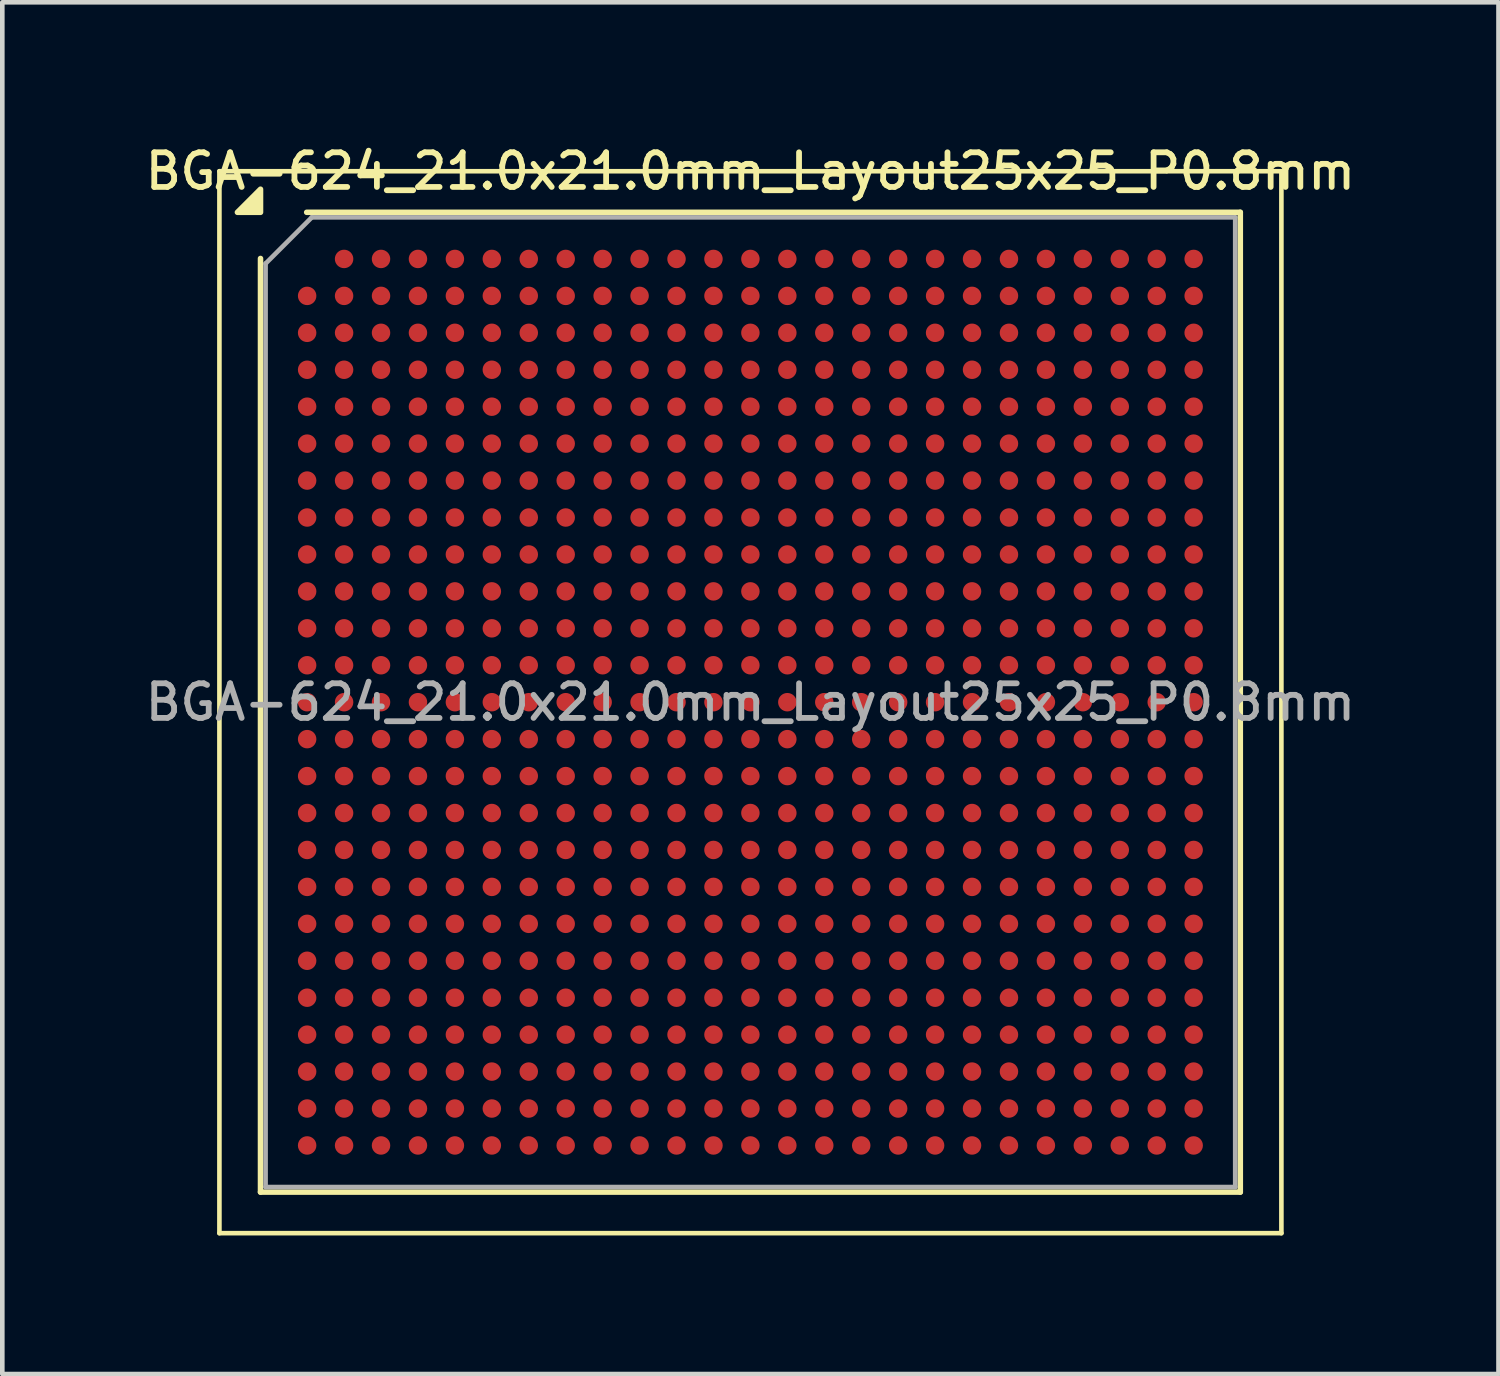
<source format=kicad_pcb>
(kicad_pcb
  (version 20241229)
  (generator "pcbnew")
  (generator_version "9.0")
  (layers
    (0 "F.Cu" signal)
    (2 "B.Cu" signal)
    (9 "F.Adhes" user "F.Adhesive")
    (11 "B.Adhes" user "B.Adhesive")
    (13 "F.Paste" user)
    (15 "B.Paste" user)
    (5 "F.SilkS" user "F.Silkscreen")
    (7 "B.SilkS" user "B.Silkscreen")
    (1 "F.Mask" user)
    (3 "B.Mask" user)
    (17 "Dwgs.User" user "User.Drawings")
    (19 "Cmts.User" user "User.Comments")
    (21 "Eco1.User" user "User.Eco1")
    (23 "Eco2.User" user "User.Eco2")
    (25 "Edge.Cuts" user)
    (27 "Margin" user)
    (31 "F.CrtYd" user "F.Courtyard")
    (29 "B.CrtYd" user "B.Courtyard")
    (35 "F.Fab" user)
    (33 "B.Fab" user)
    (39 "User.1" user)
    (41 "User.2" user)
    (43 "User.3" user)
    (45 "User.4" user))
  (footprint "BGA-624_21.0x21.0mm_Layout25x25_P0.8mm"
    (layer "F.Cu")
    (at 13.202 12.158)
    (property "Reference" "BGA-624_21.0x21.0mm_Layout25x25_P0.8mm" (at 0 -11.5 0) (layer "F.SilkS") (effects (font (size 0.75 0.75) (thickness 0.125))))
    (attr smd)
    (fp_line (start -11.5 -11.5) (end -11.5 11.5) (stroke (width 0.1) (type solid)) (layer "F.SilkS"))
    (fp_line (start -11.5 11.5) (end 11.5 11.5) (stroke (width 0.1) (type solid)) (layer "F.SilkS"))
    (fp_line (start -10.61 10.61) (end -10.61 -9.61) (stroke (width 0.12) (type solid)) (layer "F.SilkS"))
    (fp_line (start -9.61 -10.61) (end 10.61 -10.61) (stroke (width 0.12) (type solid)) (layer "F.SilkS"))
    (fp_line (start 10.61 -10.61) (end 10.61 10.61) (stroke (width 0.12) (type solid)) (layer "F.SilkS"))
    (fp_line (start 10.61 10.61) (end -10.61 10.61) (stroke (width 0.12) (type solid)) (layer "F.SilkS"))
    (fp_line (start 11.5 -11.5) (end -11.5 -11.5) (stroke (width 0.1) (type solid)) (layer "F.SilkS"))
    (fp_line (start 11.5 11.5) (end 11.5 -11.5) (stroke (width 0.1) (type solid)) (layer "F.SilkS"))
    (fp_poly (pts (xy -10.61 -10.61) (xy -11.11 -10.61) (xy -10.61 -11.11) (xy -10.61 -10.61)) (stroke (width 0.12) (type solid)) (fill yes) (layer "F.SilkS"))
    (fp_line (start -10.5 -9.5) (end -9.5 -10.5) (stroke (width 0.1) (type solid)) (layer "F.Fab"))
    (fp_line (start -10.5 10.5) (end -10.5 -9.5) (stroke (width 0.1) (type solid)) (layer "F.Fab"))
    (fp_line (start -9.5 -10.5) (end 10.5 -10.5) (stroke (width 0.1) (type solid)) (layer "F.Fab"))
    (fp_line (start 10.5 -10.5) (end 10.5 10.5) (stroke (width 0.1) (type solid)) (layer "F.Fab"))
    (fp_line (start 10.5 10.5) (end -10.5 10.5) (stroke (width 0.1) (type solid)) (layer "F.Fab"))
    (fp_text user "${REFERENCE}" (at 0 0 0) (layer "F.Fab") (effects (font (size 0.75 0.75) (thickness 0.125))))
    (pad "A2" smd circle (at -8.8 -9.6) (size 0.4 0.4) (property pad_prop_bga) (layers "F.Cu" "F.Mask" "F.Paste"))
    (pad "A3" smd circle (at -8 -9.6) (size 0.4 0.4) (property pad_prop_bga) (layers "F.Cu" "F.Mask" "F.Paste"))
    (pad "A4" smd circle (at -7.2 -9.6) (size 0.4 0.4) (property pad_prop_bga) (layers "F.Cu" "F.Mask" "F.Paste"))
    (pad "A5" smd circle (at -6.4 -9.6) (size 0.4 0.4) (property pad_prop_bga) (layers "F.Cu" "F.Mask" "F.Paste"))
    (pad "A6" smd circle (at -5.6 -9.6) (size 0.4 0.4) (property pad_prop_bga) (layers "F.Cu" "F.Mask" "F.Paste"))
    (pad "A7" smd circle (at -4.8 -9.6) (size 0.4 0.4) (property pad_prop_bga) (layers "F.Cu" "F.Mask" "F.Paste"))
    (pad "A8" smd circle (at -4 -9.6) (size 0.4 0.4) (property pad_prop_bga) (layers "F.Cu" "F.Mask" "F.Paste"))
    (pad "A9" smd circle (at -3.2 -9.6) (size 0.4 0.4) (property pad_prop_bga) (layers "F.Cu" "F.Mask" "F.Paste"))
    (pad "A10" smd circle (at -2.4 -9.6) (size 0.4 0.4) (property pad_prop_bga) (layers "F.Cu" "F.Mask" "F.Paste"))
    (pad "A11" smd circle (at -1.6 -9.6) (size 0.4 0.4) (property pad_prop_bga) (layers "F.Cu" "F.Mask" "F.Paste"))
    (pad "A12" smd circle (at -0.8 -9.6) (size 0.4 0.4) (property pad_prop_bga) (layers "F.Cu" "F.Mask" "F.Paste"))
    (pad "A13" smd circle (at 0 -9.6) (size 0.4 0.4) (property pad_prop_bga) (layers "F.Cu" "F.Mask" "F.Paste"))
    (pad "A14" smd circle (at 0.8 -9.6) (size 0.4 0.4) (property pad_prop_bga) (layers "F.Cu" "F.Mask" "F.Paste"))
    (pad "A15" smd circle (at 1.6 -9.6) (size 0.4 0.4) (property pad_prop_bga) (layers "F.Cu" "F.Mask" "F.Paste"))
    (pad "A16" smd circle (at 2.4 -9.6) (size 0.4 0.4) (property pad_prop_bga) (layers "F.Cu" "F.Mask" "F.Paste"))
    (pad "A17" smd circle (at 3.2 -9.6) (size 0.4 0.4) (property pad_prop_bga) (layers "F.Cu" "F.Mask" "F.Paste"))
    (pad "A18" smd circle (at 4 -9.6) (size 0.4 0.4) (property pad_prop_bga) (layers "F.Cu" "F.Mask" "F.Paste"))
    (pad "A19" smd circle (at 4.8 -9.6) (size 0.4 0.4) (property pad_prop_bga) (layers "F.Cu" "F.Mask" "F.Paste"))
    (pad "A20" smd circle (at 5.6 -9.6) (size 0.4 0.4) (property pad_prop_bga) (layers "F.Cu" "F.Mask" "F.Paste"))
    (pad "A21" smd circle (at 6.4 -9.6) (size 0.4 0.4) (property pad_prop_bga) (layers "F.Cu" "F.Mask" "F.Paste"))
    (pad "A22" smd circle (at 7.2 -9.6) (size 0.4 0.4) (property pad_prop_bga) (layers "F.Cu" "F.Mask" "F.Paste"))
    (pad "A23" smd circle (at 8 -9.6) (size 0.4 0.4) (property pad_prop_bga) (layers "F.Cu" "F.Mask" "F.Paste"))
    (pad "A24" smd circle (at 8.8 -9.6) (size 0.4 0.4) (property pad_prop_bga) (layers "F.Cu" "F.Mask" "F.Paste"))
    (pad "A25" smd circle (at 9.6 -9.6) (size 0.4 0.4) (property pad_prop_bga) (layers "F.Cu" "F.Mask" "F.Paste"))
    (pad "AA1" smd circle (at -9.6 6.4) (size 0.4 0.4) (property pad_prop_bga) (layers "F.Cu" "F.Mask" "F.Paste"))
    (pad "AA2" smd circle (at -8.8 6.4) (size 0.4 0.4) (property pad_prop_bga) (layers "F.Cu" "F.Mask" "F.Paste"))
    (pad "AA3" smd circle (at -8 6.4) (size 0.4 0.4) (property pad_prop_bga) (layers "F.Cu" "F.Mask" "F.Paste"))
    (pad "AA4" smd circle (at -7.2 6.4) (size 0.4 0.4) (property pad_prop_bga) (layers "F.Cu" "F.Mask" "F.Paste"))
    (pad "AA5" smd circle (at -6.4 6.4) (size 0.4 0.4) (property pad_prop_bga) (layers "F.Cu" "F.Mask" "F.Paste"))
    (pad "AA6" smd circle (at -5.6 6.4) (size 0.4 0.4) (property pad_prop_bga) (layers "F.Cu" "F.Mask" "F.Paste"))
    (pad "AA7" smd circle (at -4.8 6.4) (size 0.4 0.4) (property pad_prop_bga) (layers "F.Cu" "F.Mask" "F.Paste"))
    (pad "AA8" smd circle (at -4 6.4) (size 0.4 0.4) (property pad_prop_bga) (layers "F.Cu" "F.Mask" "F.Paste"))
    (pad "AA9" smd circle (at -3.2 6.4) (size 0.4 0.4) (property pad_prop_bga) (layers "F.Cu" "F.Mask" "F.Paste"))
    (pad "AA10" smd circle (at -2.4 6.4) (size 0.4 0.4) (property pad_prop_bga) (layers "F.Cu" "F.Mask" "F.Paste"))
    (pad "AA11" smd circle (at -1.6 6.4) (size 0.4 0.4) (property pad_prop_bga) (layers "F.Cu" "F.Mask" "F.Paste"))
    (pad "AA12" smd circle (at -0.8 6.4) (size 0.4 0.4) (property pad_prop_bga) (layers "F.Cu" "F.Mask" "F.Paste"))
    (pad "AA13" smd circle (at 0 6.4) (size 0.4 0.4) (property pad_prop_bga) (layers "F.Cu" "F.Mask" "F.Paste"))
    (pad "AA14" smd circle (at 0.8 6.4) (size 0.4 0.4) (property pad_prop_bga) (layers "F.Cu" "F.Mask" "F.Paste"))
    (pad "AA15" smd circle (at 1.6 6.4) (size 0.4 0.4) (property pad_prop_bga) (layers "F.Cu" "F.Mask" "F.Paste"))
    (pad "AA16" smd circle (at 2.4 6.4) (size 0.4 0.4) (property pad_prop_bga) (layers "F.Cu" "F.Mask" "F.Paste"))
    (pad "AA17" smd circle (at 3.2 6.4) (size 0.4 0.4) (property pad_prop_bga) (layers "F.Cu" "F.Mask" "F.Paste"))
    (pad "AA18" smd circle (at 4 6.4) (size 0.4 0.4) (property pad_prop_bga) (layers "F.Cu" "F.Mask" "F.Paste"))
    (pad "AA19" smd circle (at 4.8 6.4) (size 0.4 0.4) (property pad_prop_bga) (layers "F.Cu" "F.Mask" "F.Paste"))
    (pad "AA20" smd circle (at 5.6 6.4) (size 0.4 0.4) (property pad_prop_bga) (layers "F.Cu" "F.Mask" "F.Paste"))
    (pad "AA21" smd circle (at 6.4 6.4) (size 0.4 0.4) (property pad_prop_bga) (layers "F.Cu" "F.Mask" "F.Paste"))
    (pad "AA22" smd circle (at 7.2 6.4) (size 0.4 0.4) (property pad_prop_bga) (layers "F.Cu" "F.Mask" "F.Paste"))
    (pad "AA23" smd circle (at 8 6.4) (size 0.4 0.4) (property pad_prop_bga) (layers "F.Cu" "F.Mask" "F.Paste"))
    (pad "AA24" smd circle (at 8.8 6.4) (size 0.4 0.4) (property pad_prop_bga) (layers "F.Cu" "F.Mask" "F.Paste"))
    (pad "AA25" smd circle (at 9.6 6.4) (size 0.4 0.4) (property pad_prop_bga) (layers "F.Cu" "F.Mask" "F.Paste"))
    (pad "AB1" smd circle (at -9.6 7.2) (size 0.4 0.4) (property pad_prop_bga) (layers "F.Cu" "F.Mask" "F.Paste"))
    (pad "AB2" smd circle (at -8.8 7.2) (size 0.4 0.4) (property pad_prop_bga) (layers "F.Cu" "F.Mask" "F.Paste"))
    (pad "AB3" smd circle (at -8 7.2) (size 0.4 0.4) (property pad_prop_bga) (layers "F.Cu" "F.Mask" "F.Paste"))
    (pad "AB4" smd circle (at -7.2 7.2) (size 0.4 0.4) (property pad_prop_bga) (layers "F.Cu" "F.Mask" "F.Paste"))
    (pad "AB5" smd circle (at -6.4 7.2) (size 0.4 0.4) (property pad_prop_bga) (layers "F.Cu" "F.Mask" "F.Paste"))
    (pad "AB6" smd circle (at -5.6 7.2) (size 0.4 0.4) (property pad_prop_bga) (layers "F.Cu" "F.Mask" "F.Paste"))
    (pad "AB7" smd circle (at -4.8 7.2) (size 0.4 0.4) (property pad_prop_bga) (layers "F.Cu" "F.Mask" "F.Paste"))
    (pad "AB8" smd circle (at -4 7.2) (size 0.4 0.4) (property pad_prop_bga) (layers "F.Cu" "F.Mask" "F.Paste"))
    (pad "AB9" smd circle (at -3.2 7.2) (size 0.4 0.4) (property pad_prop_bga) (layers "F.Cu" "F.Mask" "F.Paste"))
    (pad "AB10" smd circle (at -2.4 7.2) (size 0.4 0.4) (property pad_prop_bga) (layers "F.Cu" "F.Mask" "F.Paste"))
    (pad "AB11" smd circle (at -1.6 7.2) (size 0.4 0.4) (property pad_prop_bga) (layers "F.Cu" "F.Mask" "F.Paste"))
    (pad "AB12" smd circle (at -0.8 7.2) (size 0.4 0.4) (property pad_prop_bga) (layers "F.Cu" "F.Mask" "F.Paste"))
    (pad "AB13" smd circle (at 0 7.2) (size 0.4 0.4) (property pad_prop_bga) (layers "F.Cu" "F.Mask" "F.Paste"))
    (pad "AB14" smd circle (at 0.8 7.2) (size 0.4 0.4) (property pad_prop_bga) (layers "F.Cu" "F.Mask" "F.Paste"))
    (pad "AB15" smd circle (at 1.6 7.2) (size 0.4 0.4) (property pad_prop_bga) (layers "F.Cu" "F.Mask" "F.Paste"))
    (pad "AB16" smd circle (at 2.4 7.2) (size 0.4 0.4) (property pad_prop_bga) (layers "F.Cu" "F.Mask" "F.Paste"))
    (pad "AB17" smd circle (at 3.2 7.2) (size 0.4 0.4) (property pad_prop_bga) (layers "F.Cu" "F.Mask" "F.Paste"))
    (pad "AB18" smd circle (at 4 7.2) (size 0.4 0.4) (property pad_prop_bga) (layers "F.Cu" "F.Mask" "F.Paste"))
    (pad "AB19" smd circle (at 4.8 7.2) (size 0.4 0.4) (property pad_prop_bga) (layers "F.Cu" "F.Mask" "F.Paste"))
    (pad "AB20" smd circle (at 5.6 7.2) (size 0.4 0.4) (property pad_prop_bga) (layers "F.Cu" "F.Mask" "F.Paste"))
    (pad "AB21" smd circle (at 6.4 7.2) (size 0.4 0.4) (property pad_prop_bga) (layers "F.Cu" "F.Mask" "F.Paste"))
    (pad "AB22" smd circle (at 7.2 7.2) (size 0.4 0.4) (property pad_prop_bga) (layers "F.Cu" "F.Mask" "F.Paste"))
    (pad "AB23" smd circle (at 8 7.2) (size 0.4 0.4) (property pad_prop_bga) (layers "F.Cu" "F.Mask" "F.Paste"))
    (pad "AB24" smd circle (at 8.8 7.2) (size 0.4 0.4) (property pad_prop_bga) (layers "F.Cu" "F.Mask" "F.Paste"))
    (pad "AB25" smd circle (at 9.6 7.2) (size 0.4 0.4) (property pad_prop_bga) (layers "F.Cu" "F.Mask" "F.Paste"))
    (pad "AC1" smd circle (at -9.6 8) (size 0.4 0.4) (property pad_prop_bga) (layers "F.Cu" "F.Mask" "F.Paste"))
    (pad "AC2" smd circle (at -8.8 8) (size 0.4 0.4) (property pad_prop_bga) (layers "F.Cu" "F.Mask" "F.Paste"))
    (pad "AC3" smd circle (at -8 8) (size 0.4 0.4) (property pad_prop_bga) (layers "F.Cu" "F.Mask" "F.Paste"))
    (pad "AC4" smd circle (at -7.2 8) (size 0.4 0.4) (property pad_prop_bga) (layers "F.Cu" "F.Mask" "F.Paste"))
    (pad "AC5" smd circle (at -6.4 8) (size 0.4 0.4) (property pad_prop_bga) (layers "F.Cu" "F.Mask" "F.Paste"))
    (pad "AC6" smd circle (at -5.6 8) (size 0.4 0.4) (property pad_prop_bga) (layers "F.Cu" "F.Mask" "F.Paste"))
    (pad "AC7" smd circle (at -4.8 8) (size 0.4 0.4) (property pad_prop_bga) (layers "F.Cu" "F.Mask" "F.Paste"))
    (pad "AC8" smd circle (at -4 8) (size 0.4 0.4) (property pad_prop_bga) (layers "F.Cu" "F.Mask" "F.Paste"))
    (pad "AC9" smd circle (at -3.2 8) (size 0.4 0.4) (property pad_prop_bga) (layers "F.Cu" "F.Mask" "F.Paste"))
    (pad "AC10" smd circle (at -2.4 8) (size 0.4 0.4) (property pad_prop_bga) (layers "F.Cu" "F.Mask" "F.Paste"))
    (pad "AC11" smd circle (at -1.6 8) (size 0.4 0.4) (property pad_prop_bga) (layers "F.Cu" "F.Mask" "F.Paste"))
    (pad "AC12" smd circle (at -0.8 8) (size 0.4 0.4) (property pad_prop_bga) (layers "F.Cu" "F.Mask" "F.Paste"))
    (pad "AC13" smd circle (at 0 8) (size 0.4 0.4) (property pad_prop_bga) (layers "F.Cu" "F.Mask" "F.Paste"))
    (pad "AC14" smd circle (at 0.8 8) (size 0.4 0.4) (property pad_prop_bga) (layers "F.Cu" "F.Mask" "F.Paste"))
    (pad "AC15" smd circle (at 1.6 8) (size 0.4 0.4) (property pad_prop_bga) (layers "F.Cu" "F.Mask" "F.Paste"))
    (pad "AC16" smd circle (at 2.4 8) (size 0.4 0.4) (property pad_prop_bga) (layers "F.Cu" "F.Mask" "F.Paste"))
    (pad "AC17" smd circle (at 3.2 8) (size 0.4 0.4) (property pad_prop_bga) (layers "F.Cu" "F.Mask" "F.Paste"))
    (pad "AC18" smd circle (at 4 8) (size 0.4 0.4) (property pad_prop_bga) (layers "F.Cu" "F.Mask" "F.Paste"))
    (pad "AC19" smd circle (at 4.8 8) (size 0.4 0.4) (property pad_prop_bga) (layers "F.Cu" "F.Mask" "F.Paste"))
    (pad "AC20" smd circle (at 5.6 8) (size 0.4 0.4) (property pad_prop_bga) (layers "F.Cu" "F.Mask" "F.Paste"))
    (pad "AC21" smd circle (at 6.4 8) (size 0.4 0.4) (property pad_prop_bga) (layers "F.Cu" "F.Mask" "F.Paste"))
    (pad "AC22" smd circle (at 7.2 8) (size 0.4 0.4) (property pad_prop_bga) (layers "F.Cu" "F.Mask" "F.Paste"))
    (pad "AC23" smd circle (at 8 8) (size 0.4 0.4) (property pad_prop_bga) (layers "F.Cu" "F.Mask" "F.Paste"))
    (pad "AC24" smd circle (at 8.8 8) (size 0.4 0.4) (property pad_prop_bga) (layers "F.Cu" "F.Mask" "F.Paste"))
    (pad "AC25" smd circle (at 9.6 8) (size 0.4 0.4) (property pad_prop_bga) (layers "F.Cu" "F.Mask" "F.Paste"))
    (pad "AD1" smd circle (at -9.6 8.8) (size 0.4 0.4) (property pad_prop_bga) (layers "F.Cu" "F.Mask" "F.Paste"))
    (pad "AD2" smd circle (at -8.8 8.8) (size 0.4 0.4) (property pad_prop_bga) (layers "F.Cu" "F.Mask" "F.Paste"))
    (pad "AD3" smd circle (at -8 8.8) (size 0.4 0.4) (property pad_prop_bga) (layers "F.Cu" "F.Mask" "F.Paste"))
    (pad "AD4" smd circle (at -7.2 8.8) (size 0.4 0.4) (property pad_prop_bga) (layers "F.Cu" "F.Mask" "F.Paste"))
    (pad "AD5" smd circle (at -6.4 8.8) (size 0.4 0.4) (property pad_prop_bga) (layers "F.Cu" "F.Mask" "F.Paste"))
    (pad "AD6" smd circle (at -5.6 8.8) (size 0.4 0.4) (property pad_prop_bga) (layers "F.Cu" "F.Mask" "F.Paste"))
    (pad "AD7" smd circle (at -4.8 8.8) (size 0.4 0.4) (property pad_prop_bga) (layers "F.Cu" "F.Mask" "F.Paste"))
    (pad "AD8" smd circle (at -4 8.8) (size 0.4 0.4) (property pad_prop_bga) (layers "F.Cu" "F.Mask" "F.Paste"))
    (pad "AD9" smd circle (at -3.2 8.8) (size 0.4 0.4) (property pad_prop_bga) (layers "F.Cu" "F.Mask" "F.Paste"))
    (pad "AD10" smd circle (at -2.4 8.8) (size 0.4 0.4) (property pad_prop_bga) (layers "F.Cu" "F.Mask" "F.Paste"))
    (pad "AD11" smd circle (at -1.6 8.8) (size 0.4 0.4) (property pad_prop_bga) (layers "F.Cu" "F.Mask" "F.Paste"))
    (pad "AD12" smd circle (at -0.8 8.8) (size 0.4 0.4) (property pad_prop_bga) (layers "F.Cu" "F.Mask" "F.Paste"))
    (pad "AD13" smd circle (at 0 8.8) (size 0.4 0.4) (property pad_prop_bga) (layers "F.Cu" "F.Mask" "F.Paste"))
    (pad "AD14" smd circle (at 0.8 8.8) (size 0.4 0.4) (property pad_prop_bga) (layers "F.Cu" "F.Mask" "F.Paste"))
    (pad "AD15" smd circle (at 1.6 8.8) (size 0.4 0.4) (property pad_prop_bga) (layers "F.Cu" "F.Mask" "F.Paste"))
    (pad "AD16" smd circle (at 2.4 8.8) (size 0.4 0.4) (property pad_prop_bga) (layers "F.Cu" "F.Mask" "F.Paste"))
    (pad "AD17" smd circle (at 3.2 8.8) (size 0.4 0.4) (property pad_prop_bga) (layers "F.Cu" "F.Mask" "F.Paste"))
    (pad "AD18" smd circle (at 4 8.8) (size 0.4 0.4) (property pad_prop_bga) (layers "F.Cu" "F.Mask" "F.Paste"))
    (pad "AD19" smd circle (at 4.8 8.8) (size 0.4 0.4) (property pad_prop_bga) (layers "F.Cu" "F.Mask" "F.Paste"))
    (pad "AD20" smd circle (at 5.6 8.8) (size 0.4 0.4) (property pad_prop_bga) (layers "F.Cu" "F.Mask" "F.Paste"))
    (pad "AD21" smd circle (at 6.4 8.8) (size 0.4 0.4) (property pad_prop_bga) (layers "F.Cu" "F.Mask" "F.Paste"))
    (pad "AD22" smd circle (at 7.2 8.8) (size 0.4 0.4) (property pad_prop_bga) (layers "F.Cu" "F.Mask" "F.Paste"))
    (pad "AD23" smd circle (at 8 8.8) (size 0.4 0.4) (property pad_prop_bga) (layers "F.Cu" "F.Mask" "F.Paste"))
    (pad "AD24" smd circle (at 8.8 8.8) (size 0.4 0.4) (property pad_prop_bga) (layers "F.Cu" "F.Mask" "F.Paste"))
    (pad "AD25" smd circle (at 9.6 8.8) (size 0.4 0.4) (property pad_prop_bga) (layers "F.Cu" "F.Mask" "F.Paste"))
    (pad "AE1" smd circle (at -9.6 9.6) (size 0.4 0.4) (property pad_prop_bga) (layers "F.Cu" "F.Mask" "F.Paste"))
    (pad "AE2" smd circle (at -8.8 9.6) (size 0.4 0.4) (property pad_prop_bga) (layers "F.Cu" "F.Mask" "F.Paste"))
    (pad "AE3" smd circle (at -8 9.6) (size 0.4 0.4) (property pad_prop_bga) (layers "F.Cu" "F.Mask" "F.Paste"))
    (pad "AE4" smd circle (at -7.2 9.6) (size 0.4 0.4) (property pad_prop_bga) (layers "F.Cu" "F.Mask" "F.Paste"))
    (pad "AE5" smd circle (at -6.4 9.6) (size 0.4 0.4) (property pad_prop_bga) (layers "F.Cu" "F.Mask" "F.Paste"))
    (pad "AE6" smd circle (at -5.6 9.6) (size 0.4 0.4) (property pad_prop_bga) (layers "F.Cu" "F.Mask" "F.Paste"))
    (pad "AE7" smd circle (at -4.8 9.6) (size 0.4 0.4) (property pad_prop_bga) (layers "F.Cu" "F.Mask" "F.Paste"))
    (pad "AE8" smd circle (at -4 9.6) (size 0.4 0.4) (property pad_prop_bga) (layers "F.Cu" "F.Mask" "F.Paste"))
    (pad "AE9" smd circle (at -3.2 9.6) (size 0.4 0.4) (property pad_prop_bga) (layers "F.Cu" "F.Mask" "F.Paste"))
    (pad "AE10" smd circle (at -2.4 9.6) (size 0.4 0.4) (property pad_prop_bga) (layers "F.Cu" "F.Mask" "F.Paste"))
    (pad "AE11" smd circle (at -1.6 9.6) (size 0.4 0.4) (property pad_prop_bga) (layers "F.Cu" "F.Mask" "F.Paste"))
    (pad "AE12" smd circle (at -0.8 9.6) (size 0.4 0.4) (property pad_prop_bga) (layers "F.Cu" "F.Mask" "F.Paste"))
    (pad "AE13" smd circle (at 0 9.6) (size 0.4 0.4) (property pad_prop_bga) (layers "F.Cu" "F.Mask" "F.Paste"))
    (pad "AE14" smd circle (at 0.8 9.6) (size 0.4 0.4) (property pad_prop_bga) (layers "F.Cu" "F.Mask" "F.Paste"))
    (pad "AE15" smd circle (at 1.6 9.6) (size 0.4 0.4) (property pad_prop_bga) (layers "F.Cu" "F.Mask" "F.Paste"))
    (pad "AE16" smd circle (at 2.4 9.6) (size 0.4 0.4) (property pad_prop_bga) (layers "F.Cu" "F.Mask" "F.Paste"))
    (pad "AE17" smd circle (at 3.2 9.6) (size 0.4 0.4) (property pad_prop_bga) (layers "F.Cu" "F.Mask" "F.Paste"))
    (pad "AE18" smd circle (at 4 9.6) (size 0.4 0.4) (property pad_prop_bga) (layers "F.Cu" "F.Mask" "F.Paste"))
    (pad "AE19" smd circle (at 4.8 9.6) (size 0.4 0.4) (property pad_prop_bga) (layers "F.Cu" "F.Mask" "F.Paste"))
    (pad "AE20" smd circle (at 5.6 9.6) (size 0.4 0.4) (property pad_prop_bga) (layers "F.Cu" "F.Mask" "F.Paste"))
    (pad "AE21" smd circle (at 6.4 9.6) (size 0.4 0.4) (property pad_prop_bga) (layers "F.Cu" "F.Mask" "F.Paste"))
    (pad "AE22" smd circle (at 7.2 9.6) (size 0.4 0.4) (property pad_prop_bga) (layers "F.Cu" "F.Mask" "F.Paste"))
    (pad "AE23" smd circle (at 8 9.6) (size 0.4 0.4) (property pad_prop_bga) (layers "F.Cu" "F.Mask" "F.Paste"))
    (pad "AE24" smd circle (at 8.8 9.6) (size 0.4 0.4) (property pad_prop_bga) (layers "F.Cu" "F.Mask" "F.Paste"))
    (pad "AE25" smd circle (at 9.6 9.6) (size 0.4 0.4) (property pad_prop_bga) (layers "F.Cu" "F.Mask" "F.Paste"))
    (pad "B1" smd circle (at -9.6 -8.8) (size 0.4 0.4) (property pad_prop_bga) (layers "F.Cu" "F.Mask" "F.Paste"))
    (pad "B2" smd circle (at -8.8 -8.8) (size 0.4 0.4) (property pad_prop_bga) (layers "F.Cu" "F.Mask" "F.Paste"))
    (pad "B3" smd circle (at -8 -8.8) (size 0.4 0.4) (property pad_prop_bga) (layers "F.Cu" "F.Mask" "F.Paste"))
    (pad "B4" smd circle (at -7.2 -8.8) (size 0.4 0.4) (property pad_prop_bga) (layers "F.Cu" "F.Mask" "F.Paste"))
    (pad "B5" smd circle (at -6.4 -8.8) (size 0.4 0.4) (property pad_prop_bga) (layers "F.Cu" "F.Mask" "F.Paste"))
    (pad "B6" smd circle (at -5.6 -8.8) (size 0.4 0.4) (property pad_prop_bga) (layers "F.Cu" "F.Mask" "F.Paste"))
    (pad "B7" smd circle (at -4.8 -8.8) (size 0.4 0.4) (property pad_prop_bga) (layers "F.Cu" "F.Mask" "F.Paste"))
    (pad "B8" smd circle (at -4 -8.8) (size 0.4 0.4) (property pad_prop_bga) (layers "F.Cu" "F.Mask" "F.Paste"))
    (pad "B9" smd circle (at -3.2 -8.8) (size 0.4 0.4) (property pad_prop_bga) (layers "F.Cu" "F.Mask" "F.Paste"))
    (pad "B10" smd circle (at -2.4 -8.8) (size 0.4 0.4) (property pad_prop_bga) (layers "F.Cu" "F.Mask" "F.Paste"))
    (pad "B11" smd circle (at -1.6 -8.8) (size 0.4 0.4) (property pad_prop_bga) (layers "F.Cu" "F.Mask" "F.Paste"))
    (pad "B12" smd circle (at -0.8 -8.8) (size 0.4 0.4) (property pad_prop_bga) (layers "F.Cu" "F.Mask" "F.Paste"))
    (pad "B13" smd circle (at 0 -8.8) (size 0.4 0.4) (property pad_prop_bga) (layers "F.Cu" "F.Mask" "F.Paste"))
    (pad "B14" smd circle (at 0.8 -8.8) (size 0.4 0.4) (property pad_prop_bga) (layers "F.Cu" "F.Mask" "F.Paste"))
    (pad "B15" smd circle (at 1.6 -8.8) (size 0.4 0.4) (property pad_prop_bga) (layers "F.Cu" "F.Mask" "F.Paste"))
    (pad "B16" smd circle (at 2.4 -8.8) (size 0.4 0.4) (property pad_prop_bga) (layers "F.Cu" "F.Mask" "F.Paste"))
    (pad "B17" smd circle (at 3.2 -8.8) (size 0.4 0.4) (property pad_prop_bga) (layers "F.Cu" "F.Mask" "F.Paste"))
    (pad "B18" smd circle (at 4 -8.8) (size 0.4 0.4) (property pad_prop_bga) (layers "F.Cu" "F.Mask" "F.Paste"))
    (pad "B19" smd circle (at 4.8 -8.8) (size 0.4 0.4) (property pad_prop_bga) (layers "F.Cu" "F.Mask" "F.Paste"))
    (pad "B20" smd circle (at 5.6 -8.8) (size 0.4 0.4) (property pad_prop_bga) (layers "F.Cu" "F.Mask" "F.Paste"))
    (pad "B21" smd circle (at 6.4 -8.8) (size 0.4 0.4) (property pad_prop_bga) (layers "F.Cu" "F.Mask" "F.Paste"))
    (pad "B22" smd circle (at 7.2 -8.8) (size 0.4 0.4) (property pad_prop_bga) (layers "F.Cu" "F.Mask" "F.Paste"))
    (pad "B23" smd circle (at 8 -8.8) (size 0.4 0.4) (property pad_prop_bga) (layers "F.Cu" "F.Mask" "F.Paste"))
    (pad "B24" smd circle (at 8.8 -8.8) (size 0.4 0.4) (property pad_prop_bga) (layers "F.Cu" "F.Mask" "F.Paste"))
    (pad "B25" smd circle (at 9.6 -8.8) (size 0.4 0.4) (property pad_prop_bga) (layers "F.Cu" "F.Mask" "F.Paste"))
    (pad "C1" smd circle (at -9.6 -8) (size 0.4 0.4) (property pad_prop_bga) (layers "F.Cu" "F.Mask" "F.Paste"))
    (pad "C2" smd circle (at -8.8 -8) (size 0.4 0.4) (property pad_prop_bga) (layers "F.Cu" "F.Mask" "F.Paste"))
    (pad "C3" smd circle (at -8 -8) (size 0.4 0.4) (property pad_prop_bga) (layers "F.Cu" "F.Mask" "F.Paste"))
    (pad "C4" smd circle (at -7.2 -8) (size 0.4 0.4) (property pad_prop_bga) (layers "F.Cu" "F.Mask" "F.Paste"))
    (pad "C5" smd circle (at -6.4 -8) (size 0.4 0.4) (property pad_prop_bga) (layers "F.Cu" "F.Mask" "F.Paste"))
    (pad "C6" smd circle (at -5.6 -8) (size 0.4 0.4) (property pad_prop_bga) (layers "F.Cu" "F.Mask" "F.Paste"))
    (pad "C7" smd circle (at -4.8 -8) (size 0.4 0.4) (property pad_prop_bga) (layers "F.Cu" "F.Mask" "F.Paste"))
    (pad "C8" smd circle (at -4 -8) (size 0.4 0.4) (property pad_prop_bga) (layers "F.Cu" "F.Mask" "F.Paste"))
    (pad "C9" smd circle (at -3.2 -8) (size 0.4 0.4) (property pad_prop_bga) (layers "F.Cu" "F.Mask" "F.Paste"))
    (pad "C10" smd circle (at -2.4 -8) (size 0.4 0.4) (property pad_prop_bga) (layers "F.Cu" "F.Mask" "F.Paste"))
    (pad "C11" smd circle (at -1.6 -8) (size 0.4 0.4) (property pad_prop_bga) (layers "F.Cu" "F.Mask" "F.Paste"))
    (pad "C12" smd circle (at -0.8 -8) (size 0.4 0.4) (property pad_prop_bga) (layers "F.Cu" "F.Mask" "F.Paste"))
    (pad "C13" smd circle (at 0 -8) (size 0.4 0.4) (property pad_prop_bga) (layers "F.Cu" "F.Mask" "F.Paste"))
    (pad "C14" smd circle (at 0.8 -8) (size 0.4 0.4) (property pad_prop_bga) (layers "F.Cu" "F.Mask" "F.Paste"))
    (pad "C15" smd circle (at 1.6 -8) (size 0.4 0.4) (property pad_prop_bga) (layers "F.Cu" "F.Mask" "F.Paste"))
    (pad "C16" smd circle (at 2.4 -8) (size 0.4 0.4) (property pad_prop_bga) (layers "F.Cu" "F.Mask" "F.Paste"))
    (pad "C17" smd circle (at 3.2 -8) (size 0.4 0.4) (property pad_prop_bga) (layers "F.Cu" "F.Mask" "F.Paste"))
    (pad "C18" smd circle (at 4 -8) (size 0.4 0.4) (property pad_prop_bga) (layers "F.Cu" "F.Mask" "F.Paste"))
    (pad "C19" smd circle (at 4.8 -8) (size 0.4 0.4) (property pad_prop_bga) (layers "F.Cu" "F.Mask" "F.Paste"))
    (pad "C20" smd circle (at 5.6 -8) (size 0.4 0.4) (property pad_prop_bga) (layers "F.Cu" "F.Mask" "F.Paste"))
    (pad "C21" smd circle (at 6.4 -8) (size 0.4 0.4) (property pad_prop_bga) (layers "F.Cu" "F.Mask" "F.Paste"))
    (pad "C22" smd circle (at 7.2 -8) (size 0.4 0.4) (property pad_prop_bga) (layers "F.Cu" "F.Mask" "F.Paste"))
    (pad "C23" smd circle (at 8 -8) (size 0.4 0.4) (property pad_prop_bga) (layers "F.Cu" "F.Mask" "F.Paste"))
    (pad "C24" smd circle (at 8.8 -8) (size 0.4 0.4) (property pad_prop_bga) (layers "F.Cu" "F.Mask" "F.Paste"))
    (pad "C25" smd circle (at 9.6 -8) (size 0.4 0.4) (property pad_prop_bga) (layers "F.Cu" "F.Mask" "F.Paste"))
    (pad "D1" smd circle (at -9.6 -7.2) (size 0.4 0.4) (property pad_prop_bga) (layers "F.Cu" "F.Mask" "F.Paste"))
    (pad "D2" smd circle (at -8.8 -7.2) (size 0.4 0.4) (property pad_prop_bga) (layers "F.Cu" "F.Mask" "F.Paste"))
    (pad "D3" smd circle (at -8 -7.2) (size 0.4 0.4) (property pad_prop_bga) (layers "F.Cu" "F.Mask" "F.Paste"))
    (pad "D4" smd circle (at -7.2 -7.2) (size 0.4 0.4) (property pad_prop_bga) (layers "F.Cu" "F.Mask" "F.Paste"))
    (pad "D5" smd circle (at -6.4 -7.2) (size 0.4 0.4) (property pad_prop_bga) (layers "F.Cu" "F.Mask" "F.Paste"))
    (pad "D6" smd circle (at -5.6 -7.2) (size 0.4 0.4) (property pad_prop_bga) (layers "F.Cu" "F.Mask" "F.Paste"))
    (pad "D7" smd circle (at -4.8 -7.2) (size 0.4 0.4) (property pad_prop_bga) (layers "F.Cu" "F.Mask" "F.Paste"))
    (pad "D8" smd circle (at -4 -7.2) (size 0.4 0.4) (property pad_prop_bga) (layers "F.Cu" "F.Mask" "F.Paste"))
    (pad "D9" smd circle (at -3.2 -7.2) (size 0.4 0.4) (property pad_prop_bga) (layers "F.Cu" "F.Mask" "F.Paste"))
    (pad "D10" smd circle (at -2.4 -7.2) (size 0.4 0.4) (property pad_prop_bga) (layers "F.Cu" "F.Mask" "F.Paste"))
    (pad "D11" smd circle (at -1.6 -7.2) (size 0.4 0.4) (property pad_prop_bga) (layers "F.Cu" "F.Mask" "F.Paste"))
    (pad "D12" smd circle (at -0.8 -7.2) (size 0.4 0.4) (property pad_prop_bga) (layers "F.Cu" "F.Mask" "F.Paste"))
    (pad "D13" smd circle (at 0 -7.2) (size 0.4 0.4) (property pad_prop_bga) (layers "F.Cu" "F.Mask" "F.Paste"))
    (pad "D14" smd circle (at 0.8 -7.2) (size 0.4 0.4) (property pad_prop_bga) (layers "F.Cu" "F.Mask" "F.Paste"))
    (pad "D15" smd circle (at 1.6 -7.2) (size 0.4 0.4) (property pad_prop_bga) (layers "F.Cu" "F.Mask" "F.Paste"))
    (pad "D16" smd circle (at 2.4 -7.2) (size 0.4 0.4) (property pad_prop_bga) (layers "F.Cu" "F.Mask" "F.Paste"))
    (pad "D17" smd circle (at 3.2 -7.2) (size 0.4 0.4) (property pad_prop_bga) (layers "F.Cu" "F.Mask" "F.Paste"))
    (pad "D18" smd circle (at 4 -7.2) (size 0.4 0.4) (property pad_prop_bga) (layers "F.Cu" "F.Mask" "F.Paste"))
    (pad "D19" smd circle (at 4.8 -7.2) (size 0.4 0.4) (property pad_prop_bga) (layers "F.Cu" "F.Mask" "F.Paste"))
    (pad "D20" smd circle (at 5.6 -7.2) (size 0.4 0.4) (property pad_prop_bga) (layers "F.Cu" "F.Mask" "F.Paste"))
    (pad "D21" smd circle (at 6.4 -7.2) (size 0.4 0.4) (property pad_prop_bga) (layers "F.Cu" "F.Mask" "F.Paste"))
    (pad "D22" smd circle (at 7.2 -7.2) (size 0.4 0.4) (property pad_prop_bga) (layers "F.Cu" "F.Mask" "F.Paste"))
    (pad "D23" smd circle (at 8 -7.2) (size 0.4 0.4) (property pad_prop_bga) (layers "F.Cu" "F.Mask" "F.Paste"))
    (pad "D24" smd circle (at 8.8 -7.2) (size 0.4 0.4) (property pad_prop_bga) (layers "F.Cu" "F.Mask" "F.Paste"))
    (pad "D25" smd circle (at 9.6 -7.2) (size 0.4 0.4) (property pad_prop_bga) (layers "F.Cu" "F.Mask" "F.Paste"))
    (pad "E1" smd circle (at -9.6 -6.4) (size 0.4 0.4) (property pad_prop_bga) (layers "F.Cu" "F.Mask" "F.Paste"))
    (pad "E2" smd circle (at -8.8 -6.4) (size 0.4 0.4) (property pad_prop_bga) (layers "F.Cu" "F.Mask" "F.Paste"))
    (pad "E3" smd circle (at -8 -6.4) (size 0.4 0.4) (property pad_prop_bga) (layers "F.Cu" "F.Mask" "F.Paste"))
    (pad "E4" smd circle (at -7.2 -6.4) (size 0.4 0.4) (property pad_prop_bga) (layers "F.Cu" "F.Mask" "F.Paste"))
    (pad "E5" smd circle (at -6.4 -6.4) (size 0.4 0.4) (property pad_prop_bga) (layers "F.Cu" "F.Mask" "F.Paste"))
    (pad "E6" smd circle (at -5.6 -6.4) (size 0.4 0.4) (property pad_prop_bga) (layers "F.Cu" "F.Mask" "F.Paste"))
    (pad "E7" smd circle (at -4.8 -6.4) (size 0.4 0.4) (property pad_prop_bga) (layers "F.Cu" "F.Mask" "F.Paste"))
    (pad "E8" smd circle (at -4 -6.4) (size 0.4 0.4) (property pad_prop_bga) (layers "F.Cu" "F.Mask" "F.Paste"))
    (pad "E9" smd circle (at -3.2 -6.4) (size 0.4 0.4) (property pad_prop_bga) (layers "F.Cu" "F.Mask" "F.Paste"))
    (pad "E10" smd circle (at -2.4 -6.4) (size 0.4 0.4) (property pad_prop_bga) (layers "F.Cu" "F.Mask" "F.Paste"))
    (pad "E11" smd circle (at -1.6 -6.4) (size 0.4 0.4) (property pad_prop_bga) (layers "F.Cu" "F.Mask" "F.Paste"))
    (pad "E12" smd circle (at -0.8 -6.4) (size 0.4 0.4) (property pad_prop_bga) (layers "F.Cu" "F.Mask" "F.Paste"))
    (pad "E13" smd circle (at 0 -6.4) (size 0.4 0.4) (property pad_prop_bga) (layers "F.Cu" "F.Mask" "F.Paste"))
    (pad "E14" smd circle (at 0.8 -6.4) (size 0.4 0.4) (property pad_prop_bga) (layers "F.Cu" "F.Mask" "F.Paste"))
    (pad "E15" smd circle (at 1.6 -6.4) (size 0.4 0.4) (property pad_prop_bga) (layers "F.Cu" "F.Mask" "F.Paste"))
    (pad "E16" smd circle (at 2.4 -6.4) (size 0.4 0.4) (property pad_prop_bga) (layers "F.Cu" "F.Mask" "F.Paste"))
    (pad "E17" smd circle (at 3.2 -6.4) (size 0.4 0.4) (property pad_prop_bga) (layers "F.Cu" "F.Mask" "F.Paste"))
    (pad "E18" smd circle (at 4 -6.4) (size 0.4 0.4) (property pad_prop_bga) (layers "F.Cu" "F.Mask" "F.Paste"))
    (pad "E19" smd circle (at 4.8 -6.4) (size 0.4 0.4) (property pad_prop_bga) (layers "F.Cu" "F.Mask" "F.Paste"))
    (pad "E20" smd circle (at 5.6 -6.4) (size 0.4 0.4) (property pad_prop_bga) (layers "F.Cu" "F.Mask" "F.Paste"))
    (pad "E21" smd circle (at 6.4 -6.4) (size 0.4 0.4) (property pad_prop_bga) (layers "F.Cu" "F.Mask" "F.Paste"))
    (pad "E22" smd circle (at 7.2 -6.4) (size 0.4 0.4) (property pad_prop_bga) (layers "F.Cu" "F.Mask" "F.Paste"))
    (pad "E23" smd circle (at 8 -6.4) (size 0.4 0.4) (property pad_prop_bga) (layers "F.Cu" "F.Mask" "F.Paste"))
    (pad "E24" smd circle (at 8.8 -6.4) (size 0.4 0.4) (property pad_prop_bga) (layers "F.Cu" "F.Mask" "F.Paste"))
    (pad "E25" smd circle (at 9.6 -6.4) (size 0.4 0.4) (property pad_prop_bga) (layers "F.Cu" "F.Mask" "F.Paste"))
    (pad "F1" smd circle (at -9.6 -5.6) (size 0.4 0.4) (property pad_prop_bga) (layers "F.Cu" "F.Mask" "F.Paste"))
    (pad "F2" smd circle (at -8.8 -5.6) (size 0.4 0.4) (property pad_prop_bga) (layers "F.Cu" "F.Mask" "F.Paste"))
    (pad "F3" smd circle (at -8 -5.6) (size 0.4 0.4) (property pad_prop_bga) (layers "F.Cu" "F.Mask" "F.Paste"))
    (pad "F4" smd circle (at -7.2 -5.6) (size 0.4 0.4) (property pad_prop_bga) (layers "F.Cu" "F.Mask" "F.Paste"))
    (pad "F5" smd circle (at -6.4 -5.6) (size 0.4 0.4) (property pad_prop_bga) (layers "F.Cu" "F.Mask" "F.Paste"))
    (pad "F6" smd circle (at -5.6 -5.6) (size 0.4 0.4) (property pad_prop_bga) (layers "F.Cu" "F.Mask" "F.Paste"))
    (pad "F7" smd circle (at -4.8 -5.6) (size 0.4 0.4) (property pad_prop_bga) (layers "F.Cu" "F.Mask" "F.Paste"))
    (pad "F8" smd circle (at -4 -5.6) (size 0.4 0.4) (property pad_prop_bga) (layers "F.Cu" "F.Mask" "F.Paste"))
    (pad "F9" smd circle (at -3.2 -5.6) (size 0.4 0.4) (property pad_prop_bga) (layers "F.Cu" "F.Mask" "F.Paste"))
    (pad "F10" smd circle (at -2.4 -5.6) (size 0.4 0.4) (property pad_prop_bga) (layers "F.Cu" "F.Mask" "F.Paste"))
    (pad "F11" smd circle (at -1.6 -5.6) (size 0.4 0.4) (property pad_prop_bga) (layers "F.Cu" "F.Mask" "F.Paste"))
    (pad "F12" smd circle (at -0.8 -5.6) (size 0.4 0.4) (property pad_prop_bga) (layers "F.Cu" "F.Mask" "F.Paste"))
    (pad "F13" smd circle (at 0 -5.6) (size 0.4 0.4) (property pad_prop_bga) (layers "F.Cu" "F.Mask" "F.Paste"))
    (pad "F14" smd circle (at 0.8 -5.6) (size 0.4 0.4) (property pad_prop_bga) (layers "F.Cu" "F.Mask" "F.Paste"))
    (pad "F15" smd circle (at 1.6 -5.6) (size 0.4 0.4) (property pad_prop_bga) (layers "F.Cu" "F.Mask" "F.Paste"))
    (pad "F16" smd circle (at 2.4 -5.6) (size 0.4 0.4) (property pad_prop_bga) (layers "F.Cu" "F.Mask" "F.Paste"))
    (pad "F17" smd circle (at 3.2 -5.6) (size 0.4 0.4) (property pad_prop_bga) (layers "F.Cu" "F.Mask" "F.Paste"))
    (pad "F18" smd circle (at 4 -5.6) (size 0.4 0.4) (property pad_prop_bga) (layers "F.Cu" "F.Mask" "F.Paste"))
    (pad "F19" smd circle (at 4.8 -5.6) (size 0.4 0.4) (property pad_prop_bga) (layers "F.Cu" "F.Mask" "F.Paste"))
    (pad "F20" smd circle (at 5.6 -5.6) (size 0.4 0.4) (property pad_prop_bga) (layers "F.Cu" "F.Mask" "F.Paste"))
    (pad "F21" smd circle (at 6.4 -5.6) (size 0.4 0.4) (property pad_prop_bga) (layers "F.Cu" "F.Mask" "F.Paste"))
    (pad "F22" smd circle (at 7.2 -5.6) (size 0.4 0.4) (property pad_prop_bga) (layers "F.Cu" "F.Mask" "F.Paste"))
    (pad "F23" smd circle (at 8 -5.6) (size 0.4 0.4) (property pad_prop_bga) (layers "F.Cu" "F.Mask" "F.Paste"))
    (pad "F24" smd circle (at 8.8 -5.6) (size 0.4 0.4) (property pad_prop_bga) (layers "F.Cu" "F.Mask" "F.Paste"))
    (pad "F25" smd circle (at 9.6 -5.6) (size 0.4 0.4) (property pad_prop_bga) (layers "F.Cu" "F.Mask" "F.Paste"))
    (pad "G1" smd circle (at -9.6 -4.8) (size 0.4 0.4) (property pad_prop_bga) (layers "F.Cu" "F.Mask" "F.Paste"))
    (pad "G2" smd circle (at -8.8 -4.8) (size 0.4 0.4) (property pad_prop_bga) (layers "F.Cu" "F.Mask" "F.Paste"))
    (pad "G3" smd circle (at -8 -4.8) (size 0.4 0.4) (property pad_prop_bga) (layers "F.Cu" "F.Mask" "F.Paste"))
    (pad "G4" smd circle (at -7.2 -4.8) (size 0.4 0.4) (property pad_prop_bga) (layers "F.Cu" "F.Mask" "F.Paste"))
    (pad "G5" smd circle (at -6.4 -4.8) (size 0.4 0.4) (property pad_prop_bga) (layers "F.Cu" "F.Mask" "F.Paste"))
    (pad "G6" smd circle (at -5.6 -4.8) (size 0.4 0.4) (property pad_prop_bga) (layers "F.Cu" "F.Mask" "F.Paste"))
    (pad "G7" smd circle (at -4.8 -4.8) (size 0.4 0.4) (property pad_prop_bga) (layers "F.Cu" "F.Mask" "F.Paste"))
    (pad "G8" smd circle (at -4 -4.8) (size 0.4 0.4) (property pad_prop_bga) (layers "F.Cu" "F.Mask" "F.Paste"))
    (pad "G9" smd circle (at -3.2 -4.8) (size 0.4 0.4) (property pad_prop_bga) (layers "F.Cu" "F.Mask" "F.Paste"))
    (pad "G10" smd circle (at -2.4 -4.8) (size 0.4 0.4) (property pad_prop_bga) (layers "F.Cu" "F.Mask" "F.Paste"))
    (pad "G11" smd circle (at -1.6 -4.8) (size 0.4 0.4) (property pad_prop_bga) (layers "F.Cu" "F.Mask" "F.Paste"))
    (pad "G12" smd circle (at -0.8 -4.8) (size 0.4 0.4) (property pad_prop_bga) (layers "F.Cu" "F.Mask" "F.Paste"))
    (pad "G13" smd circle (at 0 -4.8) (size 0.4 0.4) (property pad_prop_bga) (layers "F.Cu" "F.Mask" "F.Paste"))
    (pad "G14" smd circle (at 0.8 -4.8) (size 0.4 0.4) (property pad_prop_bga) (layers "F.Cu" "F.Mask" "F.Paste"))
    (pad "G15" smd circle (at 1.6 -4.8) (size 0.4 0.4) (property pad_prop_bga) (layers "F.Cu" "F.Mask" "F.Paste"))
    (pad "G16" smd circle (at 2.4 -4.8) (size 0.4 0.4) (property pad_prop_bga) (layers "F.Cu" "F.Mask" "F.Paste"))
    (pad "G17" smd circle (at 3.2 -4.8) (size 0.4 0.4) (property pad_prop_bga) (layers "F.Cu" "F.Mask" "F.Paste"))
    (pad "G18" smd circle (at 4 -4.8) (size 0.4 0.4) (property pad_prop_bga) (layers "F.Cu" "F.Mask" "F.Paste"))
    (pad "G19" smd circle (at 4.8 -4.8) (size 0.4 0.4) (property pad_prop_bga) (layers "F.Cu" "F.Mask" "F.Paste"))
    (pad "G20" smd circle (at 5.6 -4.8) (size 0.4 0.4) (property pad_prop_bga) (layers "F.Cu" "F.Mask" "F.Paste"))
    (pad "G21" smd circle (at 6.4 -4.8) (size 0.4 0.4) (property pad_prop_bga) (layers "F.Cu" "F.Mask" "F.Paste"))
    (pad "G22" smd circle (at 7.2 -4.8) (size 0.4 0.4) (property pad_prop_bga) (layers "F.Cu" "F.Mask" "F.Paste"))
    (pad "G23" smd circle (at 8 -4.8) (size 0.4 0.4) (property pad_prop_bga) (layers "F.Cu" "F.Mask" "F.Paste"))
    (pad "G24" smd circle (at 8.8 -4.8) (size 0.4 0.4) (property pad_prop_bga) (layers "F.Cu" "F.Mask" "F.Paste"))
    (pad "G25" smd circle (at 9.6 -4.8) (size 0.4 0.4) (property pad_prop_bga) (layers "F.Cu" "F.Mask" "F.Paste"))
    (pad "H1" smd circle (at -9.6 -4) (size 0.4 0.4) (property pad_prop_bga) (layers "F.Cu" "F.Mask" "F.Paste"))
    (pad "H2" smd circle (at -8.8 -4) (size 0.4 0.4) (property pad_prop_bga) (layers "F.Cu" "F.Mask" "F.Paste"))
    (pad "H3" smd circle (at -8 -4) (size 0.4 0.4) (property pad_prop_bga) (layers "F.Cu" "F.Mask" "F.Paste"))
    (pad "H4" smd circle (at -7.2 -4) (size 0.4 0.4) (property pad_prop_bga) (layers "F.Cu" "F.Mask" "F.Paste"))
    (pad "H5" smd circle (at -6.4 -4) (size 0.4 0.4) (property pad_prop_bga) (layers "F.Cu" "F.Mask" "F.Paste"))
    (pad "H6" smd circle (at -5.6 -4) (size 0.4 0.4) (property pad_prop_bga) (layers "F.Cu" "F.Mask" "F.Paste"))
    (pad "H7" smd circle (at -4.8 -4) (size 0.4 0.4) (property pad_prop_bga) (layers "F.Cu" "F.Mask" "F.Paste"))
    (pad "H8" smd circle (at -4 -4) (size 0.4 0.4) (property pad_prop_bga) (layers "F.Cu" "F.Mask" "F.Paste"))
    (pad "H9" smd circle (at -3.2 -4) (size 0.4 0.4) (property pad_prop_bga) (layers "F.Cu" "F.Mask" "F.Paste"))
    (pad "H10" smd circle (at -2.4 -4) (size 0.4 0.4) (property pad_prop_bga) (layers "F.Cu" "F.Mask" "F.Paste"))
    (pad "H11" smd circle (at -1.6 -4) (size 0.4 0.4) (property pad_prop_bga) (layers "F.Cu" "F.Mask" "F.Paste"))
    (pad "H12" smd circle (at -0.8 -4) (size 0.4 0.4) (property pad_prop_bga) (layers "F.Cu" "F.Mask" "F.Paste"))
    (pad "H13" smd circle (at 0 -4) (size 0.4 0.4) (property pad_prop_bga) (layers "F.Cu" "F.Mask" "F.Paste"))
    (pad "H14" smd circle (at 0.8 -4) (size 0.4 0.4) (property pad_prop_bga) (layers "F.Cu" "F.Mask" "F.Paste"))
    (pad "H15" smd circle (at 1.6 -4) (size 0.4 0.4) (property pad_prop_bga) (layers "F.Cu" "F.Mask" "F.Paste"))
    (pad "H16" smd circle (at 2.4 -4) (size 0.4 0.4) (property pad_prop_bga) (layers "F.Cu" "F.Mask" "F.Paste"))
    (pad "H17" smd circle (at 3.2 -4) (size 0.4 0.4) (property pad_prop_bga) (layers "F.Cu" "F.Mask" "F.Paste"))
    (pad "H18" smd circle (at 4 -4) (size 0.4 0.4) (property pad_prop_bga) (layers "F.Cu" "F.Mask" "F.Paste"))
    (pad "H19" smd circle (at 4.8 -4) (size 0.4 0.4) (property pad_prop_bga) (layers "F.Cu" "F.Mask" "F.Paste"))
    (pad "H20" smd circle (at 5.6 -4) (size 0.4 0.4) (property pad_prop_bga) (layers "F.Cu" "F.Mask" "F.Paste"))
    (pad "H21" smd circle (at 6.4 -4) (size 0.4 0.4) (property pad_prop_bga) (layers "F.Cu" "F.Mask" "F.Paste"))
    (pad "H22" smd circle (at 7.2 -4) (size 0.4 0.4) (property pad_prop_bga) (layers "F.Cu" "F.Mask" "F.Paste"))
    (pad "H23" smd circle (at 8 -4) (size 0.4 0.4) (property pad_prop_bga) (layers "F.Cu" "F.Mask" "F.Paste"))
    (pad "H24" smd circle (at 8.8 -4) (size 0.4 0.4) (property pad_prop_bga) (layers "F.Cu" "F.Mask" "F.Paste"))
    (pad "H25" smd circle (at 9.6 -4) (size 0.4 0.4) (property pad_prop_bga) (layers "F.Cu" "F.Mask" "F.Paste"))
    (pad "J1" smd circle (at -9.6 -3.2) (size 0.4 0.4) (property pad_prop_bga) (layers "F.Cu" "F.Mask" "F.Paste"))
    (pad "J2" smd circle (at -8.8 -3.2) (size 0.4 0.4) (property pad_prop_bga) (layers "F.Cu" "F.Mask" "F.Paste"))
    (pad "J3" smd circle (at -8 -3.2) (size 0.4 0.4) (property pad_prop_bga) (layers "F.Cu" "F.Mask" "F.Paste"))
    (pad "J4" smd circle (at -7.2 -3.2) (size 0.4 0.4) (property pad_prop_bga) (layers "F.Cu" "F.Mask" "F.Paste"))
    (pad "J5" smd circle (at -6.4 -3.2) (size 0.4 0.4) (property pad_prop_bga) (layers "F.Cu" "F.Mask" "F.Paste"))
    (pad "J6" smd circle (at -5.6 -3.2) (size 0.4 0.4) (property pad_prop_bga) (layers "F.Cu" "F.Mask" "F.Paste"))
    (pad "J7" smd circle (at -4.8 -3.2) (size 0.4 0.4) (property pad_prop_bga) (layers "F.Cu" "F.Mask" "F.Paste"))
    (pad "J8" smd circle (at -4 -3.2) (size 0.4 0.4) (property pad_prop_bga) (layers "F.Cu" "F.Mask" "F.Paste"))
    (pad "J9" smd circle (at -3.2 -3.2) (size 0.4 0.4) (property pad_prop_bga) (layers "F.Cu" "F.Mask" "F.Paste"))
    (pad "J10" smd circle (at -2.4 -3.2) (size 0.4 0.4) (property pad_prop_bga) (layers "F.Cu" "F.Mask" "F.Paste"))
    (pad "J11" smd circle (at -1.6 -3.2) (size 0.4 0.4) (property pad_prop_bga) (layers "F.Cu" "F.Mask" "F.Paste"))
    (pad "J12" smd circle (at -0.8 -3.2) (size 0.4 0.4) (property pad_prop_bga) (layers "F.Cu" "F.Mask" "F.Paste"))
    (pad "J13" smd circle (at 0 -3.2) (size 0.4 0.4) (property pad_prop_bga) (layers "F.Cu" "F.Mask" "F.Paste"))
    (pad "J14" smd circle (at 0.8 -3.2) (size 0.4 0.4) (property pad_prop_bga) (layers "F.Cu" "F.Mask" "F.Paste"))
    (pad "J15" smd circle (at 1.6 -3.2) (size 0.4 0.4) (property pad_prop_bga) (layers "F.Cu" "F.Mask" "F.Paste"))
    (pad "J16" smd circle (at 2.4 -3.2) (size 0.4 0.4) (property pad_prop_bga) (layers "F.Cu" "F.Mask" "F.Paste"))
    (pad "J17" smd circle (at 3.2 -3.2) (size 0.4 0.4) (property pad_prop_bga) (layers "F.Cu" "F.Mask" "F.Paste"))
    (pad "J18" smd circle (at 4 -3.2) (size 0.4 0.4) (property pad_prop_bga) (layers "F.Cu" "F.Mask" "F.Paste"))
    (pad "J19" smd circle (at 4.8 -3.2) (size 0.4 0.4) (property pad_prop_bga) (layers "F.Cu" "F.Mask" "F.Paste"))
    (pad "J20" smd circle (at 5.6 -3.2) (size 0.4 0.4) (property pad_prop_bga) (layers "F.Cu" "F.Mask" "F.Paste"))
    (pad "J21" smd circle (at 6.4 -3.2) (size 0.4 0.4) (property pad_prop_bga) (layers "F.Cu" "F.Mask" "F.Paste"))
    (pad "J22" smd circle (at 7.2 -3.2) (size 0.4 0.4) (property pad_prop_bga) (layers "F.Cu" "F.Mask" "F.Paste"))
    (pad "J23" smd circle (at 8 -3.2) (size 0.4 0.4) (property pad_prop_bga) (layers "F.Cu" "F.Mask" "F.Paste"))
    (pad "J24" smd circle (at 8.8 -3.2) (size 0.4 0.4) (property pad_prop_bga) (layers "F.Cu" "F.Mask" "F.Paste"))
    (pad "J25" smd circle (at 9.6 -3.2) (size 0.4 0.4) (property pad_prop_bga) (layers "F.Cu" "F.Mask" "F.Paste"))
    (pad "K1" smd circle (at -9.6 -2.4) (size 0.4 0.4) (property pad_prop_bga) (layers "F.Cu" "F.Mask" "F.Paste"))
    (pad "K2" smd circle (at -8.8 -2.4) (size 0.4 0.4) (property pad_prop_bga) (layers "F.Cu" "F.Mask" "F.Paste"))
    (pad "K3" smd circle (at -8 -2.4) (size 0.4 0.4) (property pad_prop_bga) (layers "F.Cu" "F.Mask" "F.Paste"))
    (pad "K4" smd circle (at -7.2 -2.4) (size 0.4 0.4) (property pad_prop_bga) (layers "F.Cu" "F.Mask" "F.Paste"))
    (pad "K5" smd circle (at -6.4 -2.4) (size 0.4 0.4) (property pad_prop_bga) (layers "F.Cu" "F.Mask" "F.Paste"))
    (pad "K6" smd circle (at -5.6 -2.4) (size 0.4 0.4) (property pad_prop_bga) (layers "F.Cu" "F.Mask" "F.Paste"))
    (pad "K7" smd circle (at -4.8 -2.4) (size 0.4 0.4) (property pad_prop_bga) (layers "F.Cu" "F.Mask" "F.Paste"))
    (pad "K8" smd circle (at -4 -2.4) (size 0.4 0.4) (property pad_prop_bga) (layers "F.Cu" "F.Mask" "F.Paste"))
    (pad "K9" smd circle (at -3.2 -2.4) (size 0.4 0.4) (property pad_prop_bga) (layers "F.Cu" "F.Mask" "F.Paste"))
    (pad "K10" smd circle (at -2.4 -2.4) (size 0.4 0.4) (property pad_prop_bga) (layers "F.Cu" "F.Mask" "F.Paste"))
    (pad "K11" smd circle (at -1.6 -2.4) (size 0.4 0.4) (property pad_prop_bga) (layers "F.Cu" "F.Mask" "F.Paste"))
    (pad "K12" smd circle (at -0.8 -2.4) (size 0.4 0.4) (property pad_prop_bga) (layers "F.Cu" "F.Mask" "F.Paste"))
    (pad "K13" smd circle (at 0 -2.4) (size 0.4 0.4) (property pad_prop_bga) (layers "F.Cu" "F.Mask" "F.Paste"))
    (pad "K14" smd circle (at 0.8 -2.4) (size 0.4 0.4) (property pad_prop_bga) (layers "F.Cu" "F.Mask" "F.Paste"))
    (pad "K15" smd circle (at 1.6 -2.4) (size 0.4 0.4) (property pad_prop_bga) (layers "F.Cu" "F.Mask" "F.Paste"))
    (pad "K16" smd circle (at 2.4 -2.4) (size 0.4 0.4) (property pad_prop_bga) (layers "F.Cu" "F.Mask" "F.Paste"))
    (pad "K17" smd circle (at 3.2 -2.4) (size 0.4 0.4) (property pad_prop_bga) (layers "F.Cu" "F.Mask" "F.Paste"))
    (pad "K18" smd circle (at 4 -2.4) (size 0.4 0.4) (property pad_prop_bga) (layers "F.Cu" "F.Mask" "F.Paste"))
    (pad "K19" smd circle (at 4.8 -2.4) (size 0.4 0.4) (property pad_prop_bga) (layers "F.Cu" "F.Mask" "F.Paste"))
    (pad "K20" smd circle (at 5.6 -2.4) (size 0.4 0.4) (property pad_prop_bga) (layers "F.Cu" "F.Mask" "F.Paste"))
    (pad "K21" smd circle (at 6.4 -2.4) (size 0.4 0.4) (property pad_prop_bga) (layers "F.Cu" "F.Mask" "F.Paste"))
    (pad "K22" smd circle (at 7.2 -2.4) (size 0.4 0.4) (property pad_prop_bga) (layers "F.Cu" "F.Mask" "F.Paste"))
    (pad "K23" smd circle (at 8 -2.4) (size 0.4 0.4) (property pad_prop_bga) (layers "F.Cu" "F.Mask" "F.Paste"))
    (pad "K24" smd circle (at 8.8 -2.4) (size 0.4 0.4) (property pad_prop_bga) (layers "F.Cu" "F.Mask" "F.Paste"))
    (pad "K25" smd circle (at 9.6 -2.4) (size 0.4 0.4) (property pad_prop_bga) (layers "F.Cu" "F.Mask" "F.Paste"))
    (pad "L1" smd circle (at -9.6 -1.6) (size 0.4 0.4) (property pad_prop_bga) (layers "F.Cu" "F.Mask" "F.Paste"))
    (pad "L2" smd circle (at -8.8 -1.6) (size 0.4 0.4) (property pad_prop_bga) (layers "F.Cu" "F.Mask" "F.Paste"))
    (pad "L3" smd circle (at -8 -1.6) (size 0.4 0.4) (property pad_prop_bga) (layers "F.Cu" "F.Mask" "F.Paste"))
    (pad "L4" smd circle (at -7.2 -1.6) (size 0.4 0.4) (property pad_prop_bga) (layers "F.Cu" "F.Mask" "F.Paste"))
    (pad "L5" smd circle (at -6.4 -1.6) (size 0.4 0.4) (property pad_prop_bga) (layers "F.Cu" "F.Mask" "F.Paste"))
    (pad "L6" smd circle (at -5.6 -1.6) (size 0.4 0.4) (property pad_prop_bga) (layers "F.Cu" "F.Mask" "F.Paste"))
    (pad "L7" smd circle (at -4.8 -1.6) (size 0.4 0.4) (property pad_prop_bga) (layers "F.Cu" "F.Mask" "F.Paste"))
    (pad "L8" smd circle (at -4 -1.6) (size 0.4 0.4) (property pad_prop_bga) (layers "F.Cu" "F.Mask" "F.Paste"))
    (pad "L9" smd circle (at -3.2 -1.6) (size 0.4 0.4) (property pad_prop_bga) (layers "F.Cu" "F.Mask" "F.Paste"))
    (pad "L10" smd circle (at -2.4 -1.6) (size 0.4 0.4) (property pad_prop_bga) (layers "F.Cu" "F.Mask" "F.Paste"))
    (pad "L11" smd circle (at -1.6 -1.6) (size 0.4 0.4) (property pad_prop_bga) (layers "F.Cu" "F.Mask" "F.Paste"))
    (pad "L12" smd circle (at -0.8 -1.6) (size 0.4 0.4) (property pad_prop_bga) (layers "F.Cu" "F.Mask" "F.Paste"))
    (pad "L13" smd circle (at 0 -1.6) (size 0.4 0.4) (property pad_prop_bga) (layers "F.Cu" "F.Mask" "F.Paste"))
    (pad "L14" smd circle (at 0.8 -1.6) (size 0.4 0.4) (property pad_prop_bga) (layers "F.Cu" "F.Mask" "F.Paste"))
    (pad "L15" smd circle (at 1.6 -1.6) (size 0.4 0.4) (property pad_prop_bga) (layers "F.Cu" "F.Mask" "F.Paste"))
    (pad "L16" smd circle (at 2.4 -1.6) (size 0.4 0.4) (property pad_prop_bga) (layers "F.Cu" "F.Mask" "F.Paste"))
    (pad "L17" smd circle (at 3.2 -1.6) (size 0.4 0.4) (property pad_prop_bga) (layers "F.Cu" "F.Mask" "F.Paste"))
    (pad "L18" smd circle (at 4 -1.6) (size 0.4 0.4) (property pad_prop_bga) (layers "F.Cu" "F.Mask" "F.Paste"))
    (pad "L19" smd circle (at 4.8 -1.6) (size 0.4 0.4) (property pad_prop_bga) (layers "F.Cu" "F.Mask" "F.Paste"))
    (pad "L20" smd circle (at 5.6 -1.6) (size 0.4 0.4) (property pad_prop_bga) (layers "F.Cu" "F.Mask" "F.Paste"))
    (pad "L21" smd circle (at 6.4 -1.6) (size 0.4 0.4) (property pad_prop_bga) (layers "F.Cu" "F.Mask" "F.Paste"))
    (pad "L22" smd circle (at 7.2 -1.6) (size 0.4 0.4) (property pad_prop_bga) (layers "F.Cu" "F.Mask" "F.Paste"))
    (pad "L23" smd circle (at 8 -1.6) (size 0.4 0.4) (property pad_prop_bga) (layers "F.Cu" "F.Mask" "F.Paste"))
    (pad "L24" smd circle (at 8.8 -1.6) (size 0.4 0.4) (property pad_prop_bga) (layers "F.Cu" "F.Mask" "F.Paste"))
    (pad "L25" smd circle (at 9.6 -1.6) (size 0.4 0.4) (property pad_prop_bga) (layers "F.Cu" "F.Mask" "F.Paste"))
    (pad "M1" smd circle (at -9.6 -0.8) (size 0.4 0.4) (property pad_prop_bga) (layers "F.Cu" "F.Mask" "F.Paste"))
    (pad "M2" smd circle (at -8.8 -0.8) (size 0.4 0.4) (property pad_prop_bga) (layers "F.Cu" "F.Mask" "F.Paste"))
    (pad "M3" smd circle (at -8 -0.8) (size 0.4 0.4) (property pad_prop_bga) (layers "F.Cu" "F.Mask" "F.Paste"))
    (pad "M4" smd circle (at -7.2 -0.8) (size 0.4 0.4) (property pad_prop_bga) (layers "F.Cu" "F.Mask" "F.Paste"))
    (pad "M5" smd circle (at -6.4 -0.8) (size 0.4 0.4) (property pad_prop_bga) (layers "F.Cu" "F.Mask" "F.Paste"))
    (pad "M6" smd circle (at -5.6 -0.8) (size 0.4 0.4) (property pad_prop_bga) (layers "F.Cu" "F.Mask" "F.Paste"))
    (pad "M7" smd circle (at -4.8 -0.8) (size 0.4 0.4) (property pad_prop_bga) (layers "F.Cu" "F.Mask" "F.Paste"))
    (pad "M8" smd circle (at -4 -0.8) (size 0.4 0.4) (property pad_prop_bga) (layers "F.Cu" "F.Mask" "F.Paste"))
    (pad "M9" smd circle (at -3.2 -0.8) (size 0.4 0.4) (property pad_prop_bga) (layers "F.Cu" "F.Mask" "F.Paste"))
    (pad "M10" smd circle (at -2.4 -0.8) (size 0.4 0.4) (property pad_prop_bga) (layers "F.Cu" "F.Mask" "F.Paste"))
    (pad "M11" smd circle (at -1.6 -0.8) (size 0.4 0.4) (property pad_prop_bga) (layers "F.Cu" "F.Mask" "F.Paste"))
    (pad "M12" smd circle (at -0.8 -0.8) (size 0.4 0.4) (property pad_prop_bga) (layers "F.Cu" "F.Mask" "F.Paste"))
    (pad "M13" smd circle (at 0 -0.8) (size 0.4 0.4) (property pad_prop_bga) (layers "F.Cu" "F.Mask" "F.Paste"))
    (pad "M14" smd circle (at 0.8 -0.8) (size 0.4 0.4) (property pad_prop_bga) (layers "F.Cu" "F.Mask" "F.Paste"))
    (pad "M15" smd circle (at 1.6 -0.8) (size 0.4 0.4) (property pad_prop_bga) (layers "F.Cu" "F.Mask" "F.Paste"))
    (pad "M16" smd circle (at 2.4 -0.8) (size 0.4 0.4) (property pad_prop_bga) (layers "F.Cu" "F.Mask" "F.Paste"))
    (pad "M17" smd circle (at 3.2 -0.8) (size 0.4 0.4) (property pad_prop_bga) (layers "F.Cu" "F.Mask" "F.Paste"))
    (pad "M18" smd circle (at 4 -0.8) (size 0.4 0.4) (property pad_prop_bga) (layers "F.Cu" "F.Mask" "F.Paste"))
    (pad "M19" smd circle (at 4.8 -0.8) (size 0.4 0.4) (property pad_prop_bga) (layers "F.Cu" "F.Mask" "F.Paste"))
    (pad "M20" smd circle (at 5.6 -0.8) (size 0.4 0.4) (property pad_prop_bga) (layers "F.Cu" "F.Mask" "F.Paste"))
    (pad "M21" smd circle (at 6.4 -0.8) (size 0.4 0.4) (property pad_prop_bga) (layers "F.Cu" "F.Mask" "F.Paste"))
    (pad "M22" smd circle (at 7.2 -0.8) (size 0.4 0.4) (property pad_prop_bga) (layers "F.Cu" "F.Mask" "F.Paste"))
    (pad "M23" smd circle (at 8 -0.8) (size 0.4 0.4) (property pad_prop_bga) (layers "F.Cu" "F.Mask" "F.Paste"))
    (pad "M24" smd circle (at 8.8 -0.8) (size 0.4 0.4) (property pad_prop_bga) (layers "F.Cu" "F.Mask" "F.Paste"))
    (pad "M25" smd circle (at 9.6 -0.8) (size 0.4 0.4) (property pad_prop_bga) (layers "F.Cu" "F.Mask" "F.Paste"))
    (pad "N1" smd circle (at -9.6 0) (size 0.4 0.4) (property pad_prop_bga) (layers "F.Cu" "F.Mask" "F.Paste"))
    (pad "N2" smd circle (at -8.8 0) (size 0.4 0.4) (property pad_prop_bga) (layers "F.Cu" "F.Mask" "F.Paste"))
    (pad "N3" smd circle (at -8 0) (size 0.4 0.4) (property pad_prop_bga) (layers "F.Cu" "F.Mask" "F.Paste"))
    (pad "N4" smd circle (at -7.2 0) (size 0.4 0.4) (property pad_prop_bga) (layers "F.Cu" "F.Mask" "F.Paste"))
    (pad "N5" smd circle (at -6.4 0) (size 0.4 0.4) (property pad_prop_bga) (layers "F.Cu" "F.Mask" "F.Paste"))
    (pad "N6" smd circle (at -5.6 0) (size 0.4 0.4) (property pad_prop_bga) (layers "F.Cu" "F.Mask" "F.Paste"))
    (pad "N7" smd circle (at -4.8 0) (size 0.4 0.4) (property pad_prop_bga) (layers "F.Cu" "F.Mask" "F.Paste"))
    (pad "N8" smd circle (at -4 0) (size 0.4 0.4) (property pad_prop_bga) (layers "F.Cu" "F.Mask" "F.Paste"))
    (pad "N9" smd circle (at -3.2 0) (size 0.4 0.4) (property pad_prop_bga) (layers "F.Cu" "F.Mask" "F.Paste"))
    (pad "N10" smd circle (at -2.4 0) (size 0.4 0.4) (property pad_prop_bga) (layers "F.Cu" "F.Mask" "F.Paste"))
    (pad "N11" smd circle (at -1.6 0) (size 0.4 0.4) (property pad_prop_bga) (layers "F.Cu" "F.Mask" "F.Paste"))
    (pad "N12" smd circle (at -0.8 0) (size 0.4 0.4) (property pad_prop_bga) (layers "F.Cu" "F.Mask" "F.Paste"))
    (pad "N13" smd circle (at 0 0) (size 0.4 0.4) (property pad_prop_bga) (layers "F.Cu" "F.Mask" "F.Paste"))
    (pad "N14" smd circle (at 0.8 0) (size 0.4 0.4) (property pad_prop_bga) (layers "F.Cu" "F.Mask" "F.Paste"))
    (pad "N15" smd circle (at 1.6 0) (size 0.4 0.4) (property pad_prop_bga) (layers "F.Cu" "F.Mask" "F.Paste"))
    (pad "N16" smd circle (at 2.4 0) (size 0.4 0.4) (property pad_prop_bga) (layers "F.Cu" "F.Mask" "F.Paste"))
    (pad "N17" smd circle (at 3.2 0) (size 0.4 0.4) (property pad_prop_bga) (layers "F.Cu" "F.Mask" "F.Paste"))
    (pad "N18" smd circle (at 4 0) (size 0.4 0.4) (property pad_prop_bga) (layers "F.Cu" "F.Mask" "F.Paste"))
    (pad "N19" smd circle (at 4.8 0) (size 0.4 0.4) (property pad_prop_bga) (layers "F.Cu" "F.Mask" "F.Paste"))
    (pad "N20" smd circle (at 5.6 0) (size 0.4 0.4) (property pad_prop_bga) (layers "F.Cu" "F.Mask" "F.Paste"))
    (pad "N21" smd circle (at 6.4 0) (size 0.4 0.4) (property pad_prop_bga) (layers "F.Cu" "F.Mask" "F.Paste"))
    (pad "N22" smd circle (at 7.2 0) (size 0.4 0.4) (property pad_prop_bga) (layers "F.Cu" "F.Mask" "F.Paste"))
    (pad "N23" smd circle (at 8 0) (size 0.4 0.4) (property pad_prop_bga) (layers "F.Cu" "F.Mask" "F.Paste"))
    (pad "N24" smd circle (at 8.8 0) (size 0.4 0.4) (property pad_prop_bga) (layers "F.Cu" "F.Mask" "F.Paste"))
    (pad "N25" smd circle (at 9.6 0) (size 0.4 0.4) (property pad_prop_bga) (layers "F.Cu" "F.Mask" "F.Paste"))
    (pad "P1" smd circle (at -9.6 0.8) (size 0.4 0.4) (property pad_prop_bga) (layers "F.Cu" "F.Mask" "F.Paste"))
    (pad "P2" smd circle (at -8.8 0.8) (size 0.4 0.4) (property pad_prop_bga) (layers "F.Cu" "F.Mask" "F.Paste"))
    (pad "P3" smd circle (at -8 0.8) (size 0.4 0.4) (property pad_prop_bga) (layers "F.Cu" "F.Mask" "F.Paste"))
    (pad "P4" smd circle (at -7.2 0.8) (size 0.4 0.4) (property pad_prop_bga) (layers "F.Cu" "F.Mask" "F.Paste"))
    (pad "P5" smd circle (at -6.4 0.8) (size 0.4 0.4) (property pad_prop_bga) (layers "F.Cu" "F.Mask" "F.Paste"))
    (pad "P6" smd circle (at -5.6 0.8) (size 0.4 0.4) (property pad_prop_bga) (layers "F.Cu" "F.Mask" "F.Paste"))
    (pad "P7" smd circle (at -4.8 0.8) (size 0.4 0.4) (property pad_prop_bga) (layers "F.Cu" "F.Mask" "F.Paste"))
    (pad "P8" smd circle (at -4 0.8) (size 0.4 0.4) (property pad_prop_bga) (layers "F.Cu" "F.Mask" "F.Paste"))
    (pad "P9" smd circle (at -3.2 0.8) (size 0.4 0.4) (property pad_prop_bga) (layers "F.Cu" "F.Mask" "F.Paste"))
    (pad "P10" smd circle (at -2.4 0.8) (size 0.4 0.4) (property pad_prop_bga) (layers "F.Cu" "F.Mask" "F.Paste"))
    (pad "P11" smd circle (at -1.6 0.8) (size 0.4 0.4) (property pad_prop_bga) (layers "F.Cu" "F.Mask" "F.Paste"))
    (pad "P12" smd circle (at -0.8 0.8) (size 0.4 0.4) (property pad_prop_bga) (layers "F.Cu" "F.Mask" "F.Paste"))
    (pad "P13" smd circle (at 0 0.8) (size 0.4 0.4) (property pad_prop_bga) (layers "F.Cu" "F.Mask" "F.Paste"))
    (pad "P14" smd circle (at 0.8 0.8) (size 0.4 0.4) (property pad_prop_bga) (layers "F.Cu" "F.Mask" "F.Paste"))
    (pad "P15" smd circle (at 1.6 0.8) (size 0.4 0.4) (property pad_prop_bga) (layers "F.Cu" "F.Mask" "F.Paste"))
    (pad "P16" smd circle (at 2.4 0.8) (size 0.4 0.4) (property pad_prop_bga) (layers "F.Cu" "F.Mask" "F.Paste"))
    (pad "P17" smd circle (at 3.2 0.8) (size 0.4 0.4) (property pad_prop_bga) (layers "F.Cu" "F.Mask" "F.Paste"))
    (pad "P18" smd circle (at 4 0.8) (size 0.4 0.4) (property pad_prop_bga) (layers "F.Cu" "F.Mask" "F.Paste"))
    (pad "P19" smd circle (at 4.8 0.8) (size 0.4 0.4) (property pad_prop_bga) (layers "F.Cu" "F.Mask" "F.Paste"))
    (pad "P20" smd circle (at 5.6 0.8) (size 0.4 0.4) (property pad_prop_bga) (layers "F.Cu" "F.Mask" "F.Paste"))
    (pad "P21" smd circle (at 6.4 0.8) (size 0.4 0.4) (property pad_prop_bga) (layers "F.Cu" "F.Mask" "F.Paste"))
    (pad "P22" smd circle (at 7.2 0.8) (size 0.4 0.4) (property pad_prop_bga) (layers "F.Cu" "F.Mask" "F.Paste"))
    (pad "P23" smd circle (at 8 0.8) (size 0.4 0.4) (property pad_prop_bga) (layers "F.Cu" "F.Mask" "F.Paste"))
    (pad "P24" smd circle (at 8.8 0.8) (size 0.4 0.4) (property pad_prop_bga) (layers "F.Cu" "F.Mask" "F.Paste"))
    (pad "P25" smd circle (at 9.6 0.8) (size 0.4 0.4) (property pad_prop_bga) (layers "F.Cu" "F.Mask" "F.Paste"))
    (pad "R1" smd circle (at -9.6 1.6) (size 0.4 0.4) (property pad_prop_bga) (layers "F.Cu" "F.Mask" "F.Paste"))
    (pad "R2" smd circle (at -8.8 1.6) (size 0.4 0.4) (property pad_prop_bga) (layers "F.Cu" "F.Mask" "F.Paste"))
    (pad "R3" smd circle (at -8 1.6) (size 0.4 0.4) (property pad_prop_bga) (layers "F.Cu" "F.Mask" "F.Paste"))
    (pad "R4" smd circle (at -7.2 1.6) (size 0.4 0.4) (property pad_prop_bga) (layers "F.Cu" "F.Mask" "F.Paste"))
    (pad "R5" smd circle (at -6.4 1.6) (size 0.4 0.4) (property pad_prop_bga) (layers "F.Cu" "F.Mask" "F.Paste"))
    (pad "R6" smd circle (at -5.6 1.6) (size 0.4 0.4) (property pad_prop_bga) (layers "F.Cu" "F.Mask" "F.Paste"))
    (pad "R7" smd circle (at -4.8 1.6) (size 0.4 0.4) (property pad_prop_bga) (layers "F.Cu" "F.Mask" "F.Paste"))
    (pad "R8" smd circle (at -4 1.6) (size 0.4 0.4) (property pad_prop_bga) (layers "F.Cu" "F.Mask" "F.Paste"))
    (pad "R9" smd circle (at -3.2 1.6) (size 0.4 0.4) (property pad_prop_bga) (layers "F.Cu" "F.Mask" "F.Paste"))
    (pad "R10" smd circle (at -2.4 1.6) (size 0.4 0.4) (property pad_prop_bga) (layers "F.Cu" "F.Mask" "F.Paste"))
    (pad "R11" smd circle (at -1.6 1.6) (size 0.4 0.4) (property pad_prop_bga) (layers "F.Cu" "F.Mask" "F.Paste"))
    (pad "R12" smd circle (at -0.8 1.6) (size 0.4 0.4) (property pad_prop_bga) (layers "F.Cu" "F.Mask" "F.Paste"))
    (pad "R13" smd circle (at 0 1.6) (size 0.4 0.4) (property pad_prop_bga) (layers "F.Cu" "F.Mask" "F.Paste"))
    (pad "R14" smd circle (at 0.8 1.6) (size 0.4 0.4) (property pad_prop_bga) (layers "F.Cu" "F.Mask" "F.Paste"))
    (pad "R15" smd circle (at 1.6 1.6) (size 0.4 0.4) (property pad_prop_bga) (layers "F.Cu" "F.Mask" "F.Paste"))
    (pad "R16" smd circle (at 2.4 1.6) (size 0.4 0.4) (property pad_prop_bga) (layers "F.Cu" "F.Mask" "F.Paste"))
    (pad "R17" smd circle (at 3.2 1.6) (size 0.4 0.4) (property pad_prop_bga) (layers "F.Cu" "F.Mask" "F.Paste"))
    (pad "R18" smd circle (at 4 1.6) (size 0.4 0.4) (property pad_prop_bga) (layers "F.Cu" "F.Mask" "F.Paste"))
    (pad "R19" smd circle (at 4.8 1.6) (size 0.4 0.4) (property pad_prop_bga) (layers "F.Cu" "F.Mask" "F.Paste"))
    (pad "R20" smd circle (at 5.6 1.6) (size 0.4 0.4) (property pad_prop_bga) (layers "F.Cu" "F.Mask" "F.Paste"))
    (pad "R21" smd circle (at 6.4 1.6) (size 0.4 0.4) (property pad_prop_bga) (layers "F.Cu" "F.Mask" "F.Paste"))
    (pad "R22" smd circle (at 7.2 1.6) (size 0.4 0.4) (property pad_prop_bga) (layers "F.Cu" "F.Mask" "F.Paste"))
    (pad "R23" smd circle (at 8 1.6) (size 0.4 0.4) (property pad_prop_bga) (layers "F.Cu" "F.Mask" "F.Paste"))
    (pad "R24" smd circle (at 8.8 1.6) (size 0.4 0.4) (property pad_prop_bga) (layers "F.Cu" "F.Mask" "F.Paste"))
    (pad "R25" smd circle (at 9.6 1.6) (size 0.4 0.4) (property pad_prop_bga) (layers "F.Cu" "F.Mask" "F.Paste"))
    (pad "T1" smd circle (at -9.6 2.4) (size 0.4 0.4) (property pad_prop_bga) (layers "F.Cu" "F.Mask" "F.Paste"))
    (pad "T2" smd circle (at -8.8 2.4) (size 0.4 0.4) (property pad_prop_bga) (layers "F.Cu" "F.Mask" "F.Paste"))
    (pad "T3" smd circle (at -8 2.4) (size 0.4 0.4) (property pad_prop_bga) (layers "F.Cu" "F.Mask" "F.Paste"))
    (pad "T4" smd circle (at -7.2 2.4) (size 0.4 0.4) (property pad_prop_bga) (layers "F.Cu" "F.Mask" "F.Paste"))
    (pad "T5" smd circle (at -6.4 2.4) (size 0.4 0.4) (property pad_prop_bga) (layers "F.Cu" "F.Mask" "F.Paste"))
    (pad "T6" smd circle (at -5.6 2.4) (size 0.4 0.4) (property pad_prop_bga) (layers "F.Cu" "F.Mask" "F.Paste"))
    (pad "T7" smd circle (at -4.8 2.4) (size 0.4 0.4) (property pad_prop_bga) (layers "F.Cu" "F.Mask" "F.Paste"))
    (pad "T8" smd circle (at -4 2.4) (size 0.4 0.4) (property pad_prop_bga) (layers "F.Cu" "F.Mask" "F.Paste"))
    (pad "T9" smd circle (at -3.2 2.4) (size 0.4 0.4) (property pad_prop_bga) (layers "F.Cu" "F.Mask" "F.Paste"))
    (pad "T10" smd circle (at -2.4 2.4) (size 0.4 0.4) (property pad_prop_bga) (layers "F.Cu" "F.Mask" "F.Paste"))
    (pad "T11" smd circle (at -1.6 2.4) (size 0.4 0.4) (property pad_prop_bga) (layers "F.Cu" "F.Mask" "F.Paste"))
    (pad "T12" smd circle (at -0.8 2.4) (size 0.4 0.4) (property pad_prop_bga) (layers "F.Cu" "F.Mask" "F.Paste"))
    (pad "T13" smd circle (at 0 2.4) (size 0.4 0.4) (property pad_prop_bga) (layers "F.Cu" "F.Mask" "F.Paste"))
    (pad "T14" smd circle (at 0.8 2.4) (size 0.4 0.4) (property pad_prop_bga) (layers "F.Cu" "F.Mask" "F.Paste"))
    (pad "T15" smd circle (at 1.6 2.4) (size 0.4 0.4) (property pad_prop_bga) (layers "F.Cu" "F.Mask" "F.Paste"))
    (pad "T16" smd circle (at 2.4 2.4) (size 0.4 0.4) (property pad_prop_bga) (layers "F.Cu" "F.Mask" "F.Paste"))
    (pad "T17" smd circle (at 3.2 2.4) (size 0.4 0.4) (property pad_prop_bga) (layers "F.Cu" "F.Mask" "F.Paste"))
    (pad "T18" smd circle (at 4 2.4) (size 0.4 0.4) (property pad_prop_bga) (layers "F.Cu" "F.Mask" "F.Paste"))
    (pad "T19" smd circle (at 4.8 2.4) (size 0.4 0.4) (property pad_prop_bga) (layers "F.Cu" "F.Mask" "F.Paste"))
    (pad "T20" smd circle (at 5.6 2.4) (size 0.4 0.4) (property pad_prop_bga) (layers "F.Cu" "F.Mask" "F.Paste"))
    (pad "T21" smd circle (at 6.4 2.4) (size 0.4 0.4) (property pad_prop_bga) (layers "F.Cu" "F.Mask" "F.Paste"))
    (pad "T22" smd circle (at 7.2 2.4) (size 0.4 0.4) (property pad_prop_bga) (layers "F.Cu" "F.Mask" "F.Paste"))
    (pad "T23" smd circle (at 8 2.4) (size 0.4 0.4) (property pad_prop_bga) (layers "F.Cu" "F.Mask" "F.Paste"))
    (pad "T24" smd circle (at 8.8 2.4) (size 0.4 0.4) (property pad_prop_bga) (layers "F.Cu" "F.Mask" "F.Paste"))
    (pad "T25" smd circle (at 9.6 2.4) (size 0.4 0.4) (property pad_prop_bga) (layers "F.Cu" "F.Mask" "F.Paste"))
    (pad "U1" smd circle (at -9.6 3.2) (size 0.4 0.4) (property pad_prop_bga) (layers "F.Cu" "F.Mask" "F.Paste"))
    (pad "U2" smd circle (at -8.8 3.2) (size 0.4 0.4) (property pad_prop_bga) (layers "F.Cu" "F.Mask" "F.Paste"))
    (pad "U3" smd circle (at -8 3.2) (size 0.4 0.4) (property pad_prop_bga) (layers "F.Cu" "F.Mask" "F.Paste"))
    (pad "U4" smd circle (at -7.2 3.2) (size 0.4 0.4) (property pad_prop_bga) (layers "F.Cu" "F.Mask" "F.Paste"))
    (pad "U5" smd circle (at -6.4 3.2) (size 0.4 0.4) (property pad_prop_bga) (layers "F.Cu" "F.Mask" "F.Paste"))
    (pad "U6" smd circle (at -5.6 3.2) (size 0.4 0.4) (property pad_prop_bga) (layers "F.Cu" "F.Mask" "F.Paste"))
    (pad "U7" smd circle (at -4.8 3.2) (size 0.4 0.4) (property pad_prop_bga) (layers "F.Cu" "F.Mask" "F.Paste"))
    (pad "U8" smd circle (at -4 3.2) (size 0.4 0.4) (property pad_prop_bga) (layers "F.Cu" "F.Mask" "F.Paste"))
    (pad "U9" smd circle (at -3.2 3.2) (size 0.4 0.4) (property pad_prop_bga) (layers "F.Cu" "F.Mask" "F.Paste"))
    (pad "U10" smd circle (at -2.4 3.2) (size 0.4 0.4) (property pad_prop_bga) (layers "F.Cu" "F.Mask" "F.Paste"))
    (pad "U11" smd circle (at -1.6 3.2) (size 0.4 0.4) (property pad_prop_bga) (layers "F.Cu" "F.Mask" "F.Paste"))
    (pad "U12" smd circle (at -0.8 3.2) (size 0.4 0.4) (property pad_prop_bga) (layers "F.Cu" "F.Mask" "F.Paste"))
    (pad "U13" smd circle (at 0 3.2) (size 0.4 0.4) (property pad_prop_bga) (layers "F.Cu" "F.Mask" "F.Paste"))
    (pad "U14" smd circle (at 0.8 3.2) (size 0.4 0.4) (property pad_prop_bga) (layers "F.Cu" "F.Mask" "F.Paste"))
    (pad "U15" smd circle (at 1.6 3.2) (size 0.4 0.4) (property pad_prop_bga) (layers "F.Cu" "F.Mask" "F.Paste"))
    (pad "U16" smd circle (at 2.4 3.2) (size 0.4 0.4) (property pad_prop_bga) (layers "F.Cu" "F.Mask" "F.Paste"))
    (pad "U17" smd circle (at 3.2 3.2) (size 0.4 0.4) (property pad_prop_bga) (layers "F.Cu" "F.Mask" "F.Paste"))
    (pad "U18" smd circle (at 4 3.2) (size 0.4 0.4) (property pad_prop_bga) (layers "F.Cu" "F.Mask" "F.Paste"))
    (pad "U19" smd circle (at 4.8 3.2) (size 0.4 0.4) (property pad_prop_bga) (layers "F.Cu" "F.Mask" "F.Paste"))
    (pad "U20" smd circle (at 5.6 3.2) (size 0.4 0.4) (property pad_prop_bga) (layers "F.Cu" "F.Mask" "F.Paste"))
    (pad "U21" smd circle (at 6.4 3.2) (size 0.4 0.4) (property pad_prop_bga) (layers "F.Cu" "F.Mask" "F.Paste"))
    (pad "U22" smd circle (at 7.2 3.2) (size 0.4 0.4) (property pad_prop_bga) (layers "F.Cu" "F.Mask" "F.Paste"))
    (pad "U23" smd circle (at 8 3.2) (size 0.4 0.4) (property pad_prop_bga) (layers "F.Cu" "F.Mask" "F.Paste"))
    (pad "U24" smd circle (at 8.8 3.2) (size 0.4 0.4) (property pad_prop_bga) (layers "F.Cu" "F.Mask" "F.Paste"))
    (pad "U25" smd circle (at 9.6 3.2) (size 0.4 0.4) (property pad_prop_bga) (layers "F.Cu" "F.Mask" "F.Paste"))
    (pad "V1" smd circle (at -9.6 4) (size 0.4 0.4) (property pad_prop_bga) (layers "F.Cu" "F.Mask" "F.Paste"))
    (pad "V2" smd circle (at -8.8 4) (size 0.4 0.4) (property pad_prop_bga) (layers "F.Cu" "F.Mask" "F.Paste"))
    (pad "V3" smd circle (at -8 4) (size 0.4 0.4) (property pad_prop_bga) (layers "F.Cu" "F.Mask" "F.Paste"))
    (pad "V4" smd circle (at -7.2 4) (size 0.4 0.4) (property pad_prop_bga) (layers "F.Cu" "F.Mask" "F.Paste"))
    (pad "V5" smd circle (at -6.4 4) (size 0.4 0.4) (property pad_prop_bga) (layers "F.Cu" "F.Mask" "F.Paste"))
    (pad "V6" smd circle (at -5.6 4) (size 0.4 0.4) (property pad_prop_bga) (layers "F.Cu" "F.Mask" "F.Paste"))
    (pad "V7" smd circle (at -4.8 4) (size 0.4 0.4) (property pad_prop_bga) (layers "F.Cu" "F.Mask" "F.Paste"))
    (pad "V8" smd circle (at -4 4) (size 0.4 0.4) (property pad_prop_bga) (layers "F.Cu" "F.Mask" "F.Paste"))
    (pad "V9" smd circle (at -3.2 4) (size 0.4 0.4) (property pad_prop_bga) (layers "F.Cu" "F.Mask" "F.Paste"))
    (pad "V10" smd circle (at -2.4 4) (size 0.4 0.4) (property pad_prop_bga) (layers "F.Cu" "F.Mask" "F.Paste"))
    (pad "V11" smd circle (at -1.6 4) (size 0.4 0.4) (property pad_prop_bga) (layers "F.Cu" "F.Mask" "F.Paste"))
    (pad "V12" smd circle (at -0.8 4) (size 0.4 0.4) (property pad_prop_bga) (layers "F.Cu" "F.Mask" "F.Paste"))
    (pad "V13" smd circle (at 0 4) (size 0.4 0.4) (property pad_prop_bga) (layers "F.Cu" "F.Mask" "F.Paste"))
    (pad "V14" smd circle (at 0.8 4) (size 0.4 0.4) (property pad_prop_bga) (layers "F.Cu" "F.Mask" "F.Paste"))
    (pad "V15" smd circle (at 1.6 4) (size 0.4 0.4) (property pad_prop_bga) (layers "F.Cu" "F.Mask" "F.Paste"))
    (pad "V16" smd circle (at 2.4 4) (size 0.4 0.4) (property pad_prop_bga) (layers "F.Cu" "F.Mask" "F.Paste"))
    (pad "V17" smd circle (at 3.2 4) (size 0.4 0.4) (property pad_prop_bga) (layers "F.Cu" "F.Mask" "F.Paste"))
    (pad "V18" smd circle (at 4 4) (size 0.4 0.4) (property pad_prop_bga) (layers "F.Cu" "F.Mask" "F.Paste"))
    (pad "V19" smd circle (at 4.8 4) (size 0.4 0.4) (property pad_prop_bga) (layers "F.Cu" "F.Mask" "F.Paste"))
    (pad "V20" smd circle (at 5.6 4) (size 0.4 0.4) (property pad_prop_bga) (layers "F.Cu" "F.Mask" "F.Paste"))
    (pad "V21" smd circle (at 6.4 4) (size 0.4 0.4) (property pad_prop_bga) (layers "F.Cu" "F.Mask" "F.Paste"))
    (pad "V22" smd circle (at 7.2 4) (size 0.4 0.4) (property pad_prop_bga) (layers "F.Cu" "F.Mask" "F.Paste"))
    (pad "V23" smd circle (at 8 4) (size 0.4 0.4) (property pad_prop_bga) (layers "F.Cu" "F.Mask" "F.Paste"))
    (pad "V24" smd circle (at 8.8 4) (size 0.4 0.4) (property pad_prop_bga) (layers "F.Cu" "F.Mask" "F.Paste"))
    (pad "V25" smd circle (at 9.6 4) (size 0.4 0.4) (property pad_prop_bga) (layers "F.Cu" "F.Mask" "F.Paste"))
    (pad "W1" smd circle (at -9.6 4.8) (size 0.4 0.4) (property pad_prop_bga) (layers "F.Cu" "F.Mask" "F.Paste"))
    (pad "W2" smd circle (at -8.8 4.8) (size 0.4 0.4) (property pad_prop_bga) (layers "F.Cu" "F.Mask" "F.Paste"))
    (pad "W3" smd circle (at -8 4.8) (size 0.4 0.4) (property pad_prop_bga) (layers "F.Cu" "F.Mask" "F.Paste"))
    (pad "W4" smd circle (at -7.2 4.8) (size 0.4 0.4) (property pad_prop_bga) (layers "F.Cu" "F.Mask" "F.Paste"))
    (pad "W5" smd circle (at -6.4 4.8) (size 0.4 0.4) (property pad_prop_bga) (layers "F.Cu" "F.Mask" "F.Paste"))
    (pad "W6" smd circle (at -5.6 4.8) (size 0.4 0.4) (property pad_prop_bga) (layers "F.Cu" "F.Mask" "F.Paste"))
    (pad "W7" smd circle (at -4.8 4.8) (size 0.4 0.4) (property pad_prop_bga) (layers "F.Cu" "F.Mask" "F.Paste"))
    (pad "W8" smd circle (at -4 4.8) (size 0.4 0.4) (property pad_prop_bga) (layers "F.Cu" "F.Mask" "F.Paste"))
    (pad "W9" smd circle (at -3.2 4.8) (size 0.4 0.4) (property pad_prop_bga) (layers "F.Cu" "F.Mask" "F.Paste"))
    (pad "W10" smd circle (at -2.4 4.8) (size 0.4 0.4) (property pad_prop_bga) (layers "F.Cu" "F.Mask" "F.Paste"))
    (pad "W11" smd circle (at -1.6 4.8) (size 0.4 0.4) (property pad_prop_bga) (layers "F.Cu" "F.Mask" "F.Paste"))
    (pad "W12" smd circle (at -0.8 4.8) (size 0.4 0.4) (property pad_prop_bga) (layers "F.Cu" "F.Mask" "F.Paste"))
    (pad "W13" smd circle (at 0 4.8) (size 0.4 0.4) (property pad_prop_bga) (layers "F.Cu" "F.Mask" "F.Paste"))
    (pad "W14" smd circle (at 0.8 4.8) (size 0.4 0.4) (property pad_prop_bga) (layers "F.Cu" "F.Mask" "F.Paste"))
    (pad "W15" smd circle (at 1.6 4.8) (size 0.4 0.4) (property pad_prop_bga) (layers "F.Cu" "F.Mask" "F.Paste"))
    (pad "W16" smd circle (at 2.4 4.8) (size 0.4 0.4) (property pad_prop_bga) (layers "F.Cu" "F.Mask" "F.Paste"))
    (pad "W17" smd circle (at 3.2 4.8) (size 0.4 0.4) (property pad_prop_bga) (layers "F.Cu" "F.Mask" "F.Paste"))
    (pad "W18" smd circle (at 4 4.8) (size 0.4 0.4) (property pad_prop_bga) (layers "F.Cu" "F.Mask" "F.Paste"))
    (pad "W19" smd circle (at 4.8 4.8) (size 0.4 0.4) (property pad_prop_bga) (layers "F.Cu" "F.Mask" "F.Paste"))
    (pad "W20" smd circle (at 5.6 4.8) (size 0.4 0.4) (property pad_prop_bga) (layers "F.Cu" "F.Mask" "F.Paste"))
    (pad "W21" smd circle (at 6.4 4.8) (size 0.4 0.4) (property pad_prop_bga) (layers "F.Cu" "F.Mask" "F.Paste"))
    (pad "W22" smd circle (at 7.2 4.8) (size 0.4 0.4) (property pad_prop_bga) (layers "F.Cu" "F.Mask" "F.Paste"))
    (pad "W23" smd circle (at 8 4.8) (size 0.4 0.4) (property pad_prop_bga) (layers "F.Cu" "F.Mask" "F.Paste"))
    (pad "W24" smd circle (at 8.8 4.8) (size 0.4 0.4) (property pad_prop_bga) (layers "F.Cu" "F.Mask" "F.Paste"))
    (pad "W25" smd circle (at 9.6 4.8) (size 0.4 0.4) (property pad_prop_bga) (layers "F.Cu" "F.Mask" "F.Paste"))
    (pad "Y1" smd circle (at -9.6 5.6) (size 0.4 0.4) (property pad_prop_bga) (layers "F.Cu" "F.Mask" "F.Paste"))
    (pad "Y2" smd circle (at -8.8 5.6) (size 0.4 0.4) (property pad_prop_bga) (layers "F.Cu" "F.Mask" "F.Paste"))
    (pad "Y3" smd circle (at -8 5.6) (size 0.4 0.4) (property pad_prop_bga) (layers "F.Cu" "F.Mask" "F.Paste"))
    (pad "Y4" smd circle (at -7.2 5.6) (size 0.4 0.4) (property pad_prop_bga) (layers "F.Cu" "F.Mask" "F.Paste"))
    (pad "Y5" smd circle (at -6.4 5.6) (size 0.4 0.4) (property pad_prop_bga) (layers "F.Cu" "F.Mask" "F.Paste"))
    (pad "Y6" smd circle (at -5.6 5.6) (size 0.4 0.4) (property pad_prop_bga) (layers "F.Cu" "F.Mask" "F.Paste"))
    (pad "Y7" smd circle (at -4.8 5.6) (size 0.4 0.4) (property pad_prop_bga) (layers "F.Cu" "F.Mask" "F.Paste"))
    (pad "Y8" smd circle (at -4 5.6) (size 0.4 0.4) (property pad_prop_bga) (layers "F.Cu" "F.Mask" "F.Paste"))
    (pad "Y9" smd circle (at -3.2 5.6) (size 0.4 0.4) (property pad_prop_bga) (layers "F.Cu" "F.Mask" "F.Paste"))
    (pad "Y10" smd circle (at -2.4 5.6) (size 0.4 0.4) (property pad_prop_bga) (layers "F.Cu" "F.Mask" "F.Paste"))
    (pad "Y11" smd circle (at -1.6 5.6) (size 0.4 0.4) (property pad_prop_bga) (layers "F.Cu" "F.Mask" "F.Paste"))
    (pad "Y12" smd circle (at -0.8 5.6) (size 0.4 0.4) (property pad_prop_bga) (layers "F.Cu" "F.Mask" "F.Paste"))
    (pad "Y13" smd circle (at 0 5.6) (size 0.4 0.4) (property pad_prop_bga) (layers "F.Cu" "F.Mask" "F.Paste"))
    (pad "Y14" smd circle (at 0.8 5.6) (size 0.4 0.4) (property pad_prop_bga) (layers "F.Cu" "F.Mask" "F.Paste"))
    (pad "Y15" smd circle (at 1.6 5.6) (size 0.4 0.4) (property pad_prop_bga) (layers "F.Cu" "F.Mask" "F.Paste"))
    (pad "Y16" smd circle (at 2.4 5.6) (size 0.4 0.4) (property pad_prop_bga) (layers "F.Cu" "F.Mask" "F.Paste"))
    (pad "Y17" smd circle (at 3.2 5.6) (size 0.4 0.4) (property pad_prop_bga) (layers "F.Cu" "F.Mask" "F.Paste"))
    (pad "Y18" smd circle (at 4 5.6) (size 0.4 0.4) (property pad_prop_bga) (layers "F.Cu" "F.Mask" "F.Paste"))
    (pad "Y19" smd circle (at 4.8 5.6) (size 0.4 0.4) (property pad_prop_bga) (layers "F.Cu" "F.Mask" "F.Paste"))
    (pad "Y20" smd circle (at 5.6 5.6) (size 0.4 0.4) (property pad_prop_bga) (layers "F.Cu" "F.Mask" "F.Paste"))
    (pad "Y21" smd circle (at 6.4 5.6) (size 0.4 0.4) (property pad_prop_bga) (layers "F.Cu" "F.Mask" "F.Paste"))
    (pad "Y22" smd circle (at 7.2 5.6) (size 0.4 0.4) (property pad_prop_bga) (layers "F.Cu" "F.Mask" "F.Paste"))
    (pad "Y23" smd circle (at 8 5.6) (size 0.4 0.4) (property pad_prop_bga) (layers "F.Cu" "F.Mask" "F.Paste"))
    (pad "Y24" smd circle (at 8.8 5.6) (size 0.4 0.4) (property pad_prop_bga) (layers "F.Cu" "F.Mask" "F.Paste"))
    (pad "Y25" smd circle (at 9.6 5.6) (size 0.4 0.4) (property pad_prop_bga) (layers "F.Cu" "F.Mask" "F.Paste")))
  (gr_rect
    (start -3 -3)
    (end 29.404 26.708)
    (stroke (width 0.1) (type default))
    (fill no)
    (layer "Edge.Cuts")))
</source>
